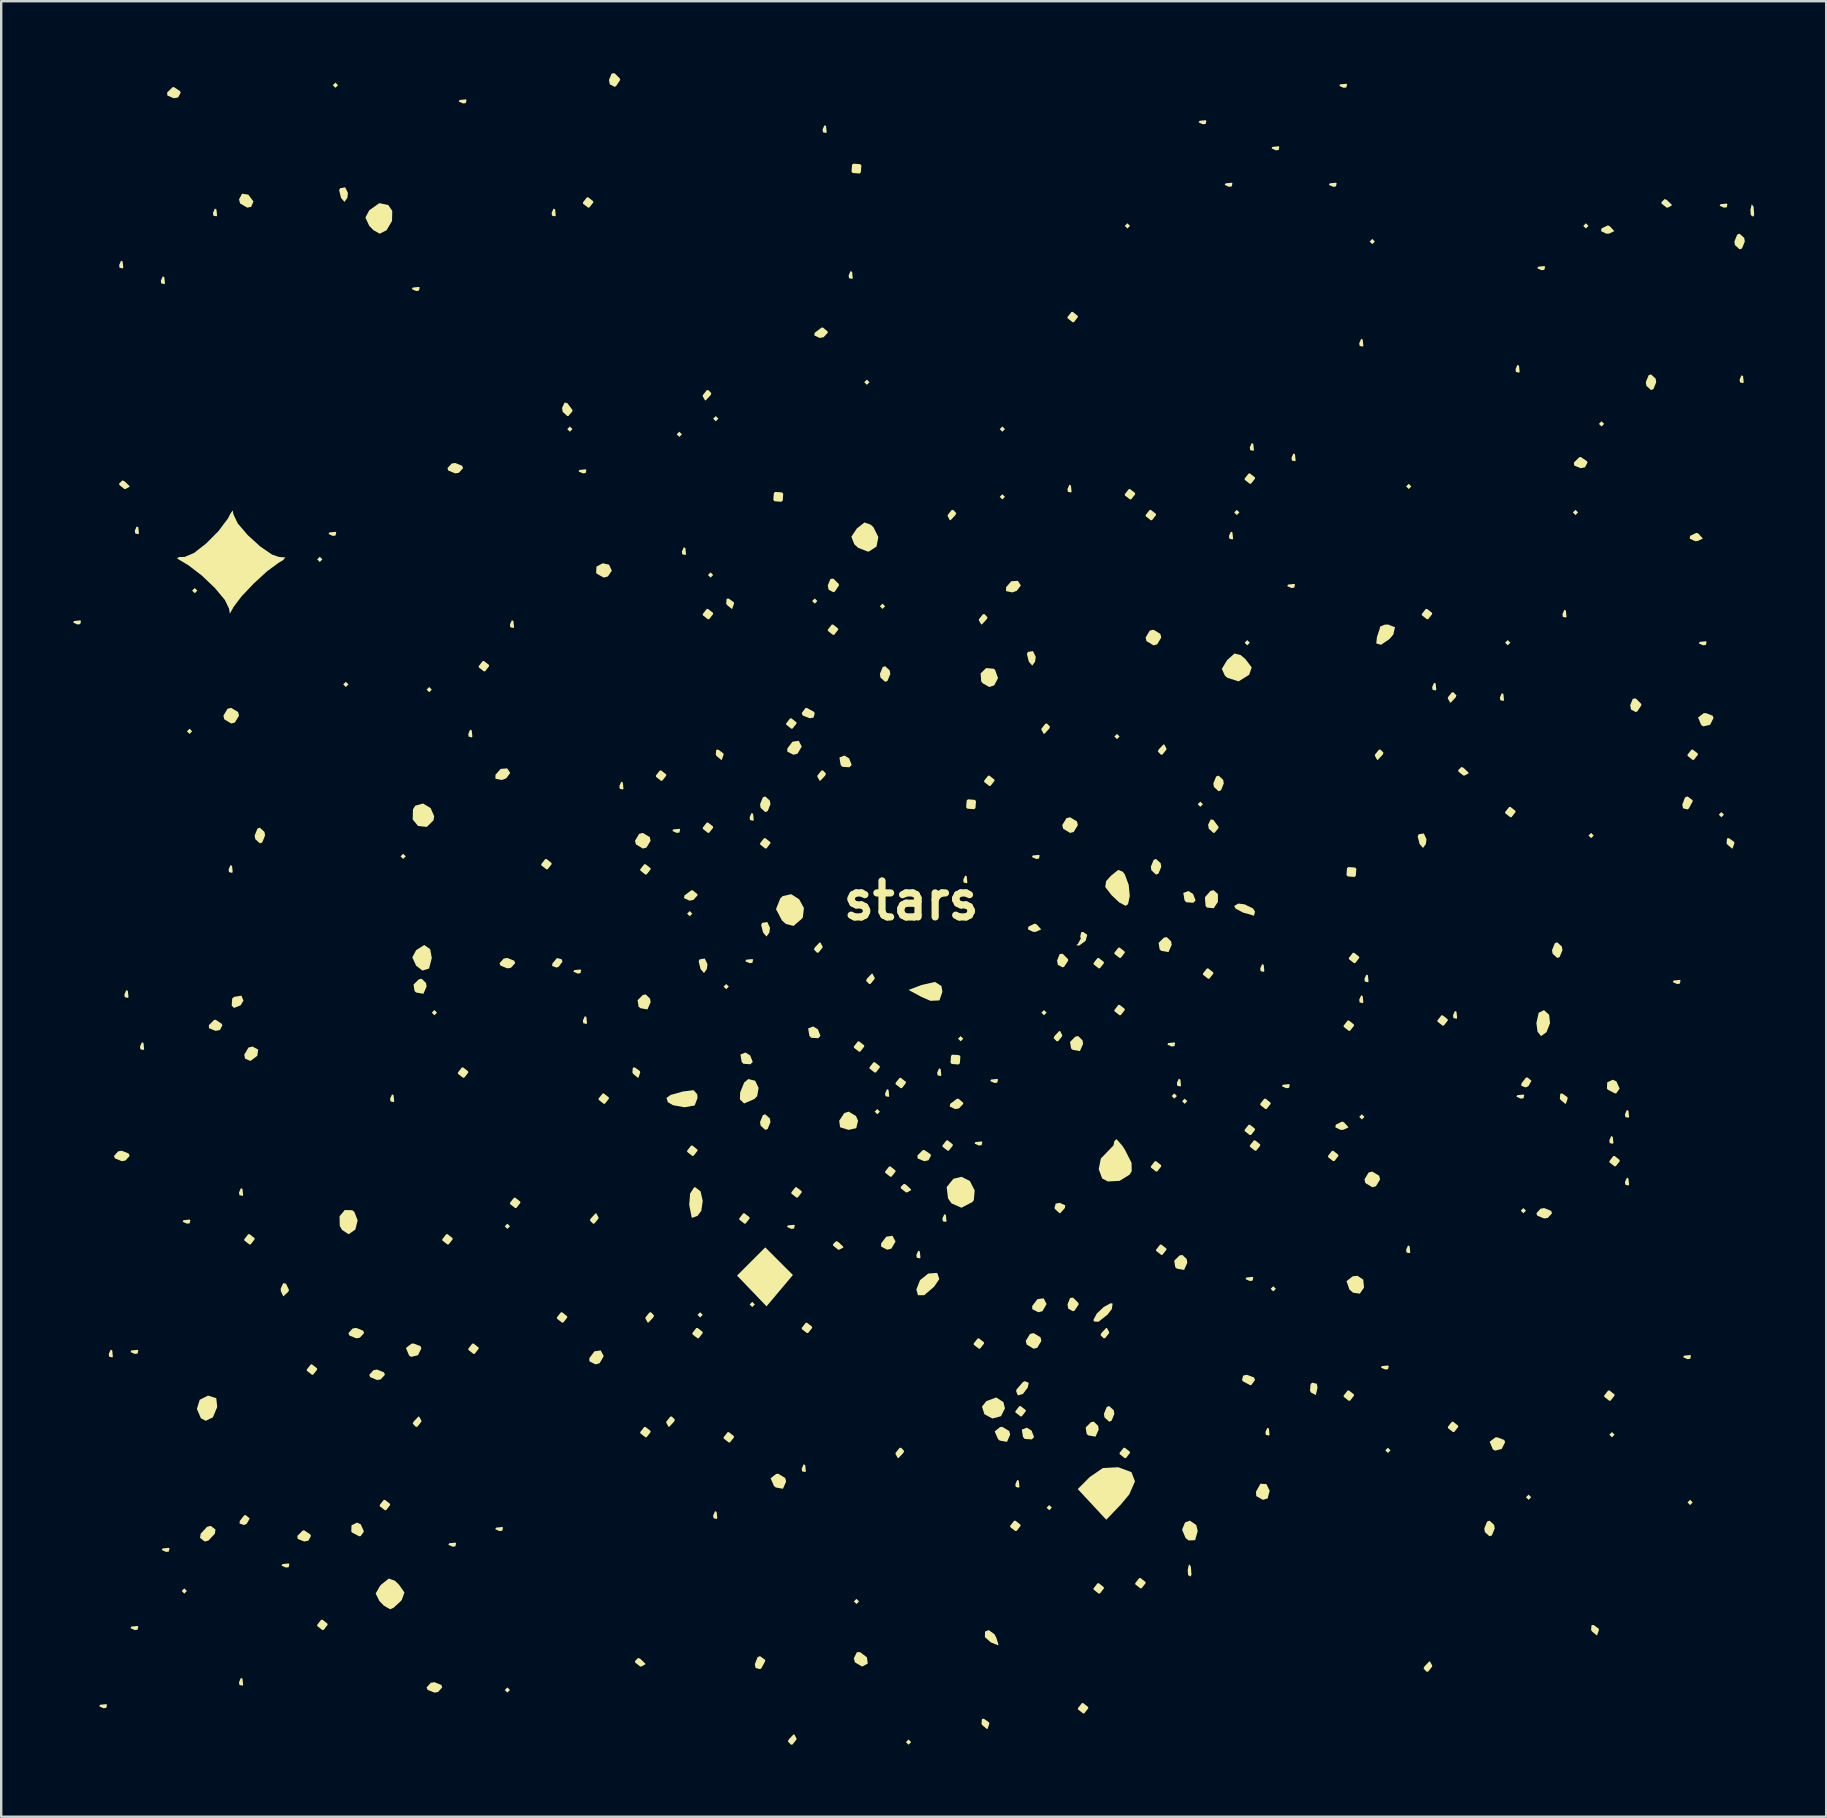
<source format=kicad_pcb>
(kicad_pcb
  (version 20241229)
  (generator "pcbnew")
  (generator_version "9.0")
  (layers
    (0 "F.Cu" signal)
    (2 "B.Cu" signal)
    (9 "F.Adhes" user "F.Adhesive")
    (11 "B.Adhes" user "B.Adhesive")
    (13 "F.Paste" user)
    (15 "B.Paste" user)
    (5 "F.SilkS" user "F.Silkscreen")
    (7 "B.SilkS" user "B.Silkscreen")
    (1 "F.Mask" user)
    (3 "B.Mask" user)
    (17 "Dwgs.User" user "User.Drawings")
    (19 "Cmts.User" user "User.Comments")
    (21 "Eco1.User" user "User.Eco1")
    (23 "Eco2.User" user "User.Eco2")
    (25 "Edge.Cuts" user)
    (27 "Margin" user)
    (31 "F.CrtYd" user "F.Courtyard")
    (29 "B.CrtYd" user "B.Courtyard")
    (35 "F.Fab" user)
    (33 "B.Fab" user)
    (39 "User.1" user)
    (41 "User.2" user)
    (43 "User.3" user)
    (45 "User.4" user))
  (footprint "stars"
    (layer "F.Cu")
    (at 34.914 34.476)
    (property "Reference" "stars" (at 0 0 0) (layer "F.SilkS") (effects (font (size 1.5 1.5) (thickness 0.3))))
    (attr board_only exclude_from_pos_files exclude_from_bom)
    (fp_poly (pts (xy -30.176 28.765) (xy -30.285 28.874) (xy -30.393 28.765) (xy -30.285 28.656)) (stroke (width 0) (type solid)) (fill yes) (layer "F.SilkS"))
    (fp_poly (pts (xy -29.959 -7.056) (xy -30.068 -6.947) (xy -30.176 -7.056) (xy -30.068 -7.164)) (stroke (width 0) (type solid)) (fill yes) (layer "F.SilkS"))
    (fp_poly (pts (xy -29.742 -12.917) (xy -29.85 -12.809) (xy -29.959 -12.917) (xy -29.85 -13.026)) (stroke (width 0) (type solid)) (fill yes) (layer "F.SilkS"))
    (fp_poly (pts (xy -24.532 -14.22) (xy -24.64 -14.111) (xy -24.749 -14.22) (xy -24.64 -14.328)) (stroke (width 0) (type solid)) (fill yes) (layer "F.SilkS"))
    (fp_poly (pts (xy -23.88 -33.975) (xy -23.989 -33.867) (xy -24.097 -33.975) (xy -23.989 -34.084)) (stroke (width 0) (type solid)) (fill yes) (layer "F.SilkS"))
    (fp_poly (pts (xy -23.446 -9.009) (xy -23.555 -8.901) (xy -23.663 -9.009) (xy -23.555 -9.118)) (stroke (width 0) (type solid)) (fill yes) (layer "F.SilkS"))
    (fp_poly (pts (xy -21.058 -1.845) (xy -21.167 -1.737) (xy -21.275 -1.845) (xy -21.167 -1.954)) (stroke (width 0) (type solid)) (fill yes) (layer "F.SilkS"))
    (fp_poly (pts (xy -19.973 -8.792) (xy -20.081 -8.684) (xy -20.19 -8.792) (xy -20.081 -8.901)) (stroke (width 0) (type solid)) (fill yes) (layer "F.SilkS"))
    (fp_poly (pts (xy -19.756 4.668) (xy -19.864 4.776) (xy -19.973 4.668) (xy -19.864 4.559)) (stroke (width 0) (type solid)) (fill yes) (layer "F.SilkS"))
    (fp_poly (pts (xy -16.716 13.568) (xy -16.825 13.677) (xy -16.933 13.568) (xy -16.825 13.46)) (stroke (width 0) (type solid)) (fill yes) (layer "F.SilkS"))
    (fp_poly (pts (xy -16.716 32.89) (xy -16.825 32.998) (xy -16.933 32.89) (xy -16.825 32.781)) (stroke (width 0) (type solid)) (fill yes) (layer "F.SilkS"))
    (fp_poly (pts (xy -14.111 -19.647) (xy -14.22 -19.538) (xy -14.328 -19.647) (xy -14.22 -19.756)) (stroke (width 0) (type solid)) (fill yes) (layer "F.SilkS"))
    (fp_poly (pts (xy -9.552 -19.43) (xy -9.661 -19.321) (xy -9.769 -19.43) (xy -9.661 -19.538)) (stroke (width 0) (type solid)) (fill yes) (layer "F.SilkS"))
    (fp_poly (pts (xy -9.118 0.543) (xy -9.226 0.651) (xy -9.335 0.543) (xy -9.226 0.434)) (stroke (width 0) (type solid)) (fill yes) (layer "F.SilkS"))
    (fp_poly (pts (xy -8.684 17.259) (xy -8.792 17.368) (xy -8.901 17.259) (xy -8.792 17.15)) (stroke (width 0) (type solid)) (fill yes) (layer "F.SilkS"))
    (fp_poly (pts (xy -8.25 -13.568) (xy -8.358 -13.46) (xy -8.467 -13.568) (xy -8.358 -13.677)) (stroke (width 0) (type solid)) (fill yes) (layer "F.SilkS"))
    (fp_poly (pts (xy -8.032 -20.081) (xy -8.141 -19.973) (xy -8.25 -20.081) (xy -8.141 -20.19)) (stroke (width 0) (type solid)) (fill yes) (layer "F.SilkS"))
    (fp_poly (pts (xy -7.598 3.582) (xy -7.707 3.691) (xy -7.815 3.582) (xy -7.707 3.474)) (stroke (width 0) (type solid)) (fill yes) (layer "F.SilkS"))
    (fp_poly (pts (xy -6.513 16.825) (xy -6.621 16.933) (xy -6.73 16.825) (xy -6.621 16.716)) (stroke (width 0) (type solid)) (fill yes) (layer "F.SilkS"))
    (fp_poly (pts (xy -3.908 -12.483) (xy -4.016 -12.374) (xy -4.125 -12.483) (xy -4.016 -12.591)) (stroke (width 0) (type solid)) (fill yes) (layer "F.SilkS"))
    (fp_poly (pts (xy -2.171 29.199) (xy -2.279 29.308) (xy -2.388 29.199) (xy -2.279 29.091)) (stroke (width 0) (type solid)) (fill yes) (layer "F.SilkS"))
    (fp_poly (pts (xy -1.737 -21.601) (xy -1.845 -21.492) (xy -1.954 -21.601) (xy -1.845 -21.709)) (stroke (width 0) (type solid)) (fill yes) (layer "F.SilkS"))
    (fp_poly (pts (xy -1.303 8.792) (xy -1.411 8.901) (xy -1.52 8.792) (xy -1.411 8.684)) (stroke (width 0) (type solid)) (fill yes) (layer "F.SilkS"))
    (fp_poly (pts (xy -1.085 -12.266) (xy -1.194 -12.157) (xy -1.303 -12.266) (xy -1.194 -12.374)) (stroke (width 0) (type solid)) (fill yes) (layer "F.SilkS"))
    (fp_poly (pts (xy 0 35.061) (xy -0.109 35.169) (xy -0.217 35.061) (xy -0.109 34.952)) (stroke (width 0) (type solid)) (fill yes) (layer "F.SilkS"))
    (fp_poly (pts (xy 2.171 5.753) (xy 2.062 5.862) (xy 1.954 5.753) (xy 2.062 5.644)) (stroke (width 0) (type solid)) (fill yes) (layer "F.SilkS"))
    (fp_poly (pts (xy 3.908 -19.647) (xy 3.799 -19.538) (xy 3.691 -19.647) (xy 3.799 -19.756)) (stroke (width 0) (type solid)) (fill yes) (layer "F.SilkS"))
    (fp_poly (pts (xy 3.908 -16.825) (xy 3.799 -16.716) (xy 3.691 -16.825) (xy 3.799 -16.933)) (stroke (width 0) (type solid)) (fill yes) (layer "F.SilkS"))
    (fp_poly (pts (xy 5.644 4.668) (xy 5.536 4.776) (xy 5.427 4.668) (xy 5.536 4.559)) (stroke (width 0) (type solid)) (fill yes) (layer "F.SilkS"))
    (fp_poly (pts (xy 5.862 25.291) (xy 5.753 25.4) (xy 5.644 25.291) (xy 5.753 25.183)) (stroke (width 0) (type solid)) (fill yes) (layer "F.SilkS"))
    (fp_poly (pts (xy 8.684 -6.838) (xy 8.575 -6.73) (xy 8.467 -6.838) (xy 8.575 -6.947)) (stroke (width 0) (type solid)) (fill yes) (layer "F.SilkS"))
    (fp_poly (pts (xy 9.118 -28.114) (xy 9.009 -28.005) (xy 8.901 -28.114) (xy 9.009 -28.222)) (stroke (width 0) (type solid)) (fill yes) (layer "F.SilkS"))
    (fp_poly (pts (xy 11.072 8.141) (xy 10.963 8.25) (xy 10.855 8.141) (xy 10.963 8.032)) (stroke (width 0) (type solid)) (fill yes) (layer "F.SilkS"))
    (fp_poly (pts (xy 11.506 8.358) (xy 11.397 8.467) (xy 11.289 8.358) (xy 11.397 8.25)) (stroke (width 0) (type solid)) (fill yes) (layer "F.SilkS"))
    (fp_poly (pts (xy 12.157 -4.016) (xy 12.049 -3.908) (xy 11.94 -4.016) (xy 12.049 -4.125)) (stroke (width 0) (type solid)) (fill yes) (layer "F.SilkS"))
    (fp_poly (pts (xy 13.677 -16.174) (xy 13.568 -16.065) (xy 13.46 -16.174) (xy 13.568 -16.282)) (stroke (width 0) (type solid)) (fill yes) (layer "F.SilkS"))
    (fp_poly (pts (xy 14.111 -10.746) (xy 14.003 -10.638) (xy 13.894 -10.746) (xy 14.003 -10.855)) (stroke (width 0) (type solid)) (fill yes) (layer "F.SilkS"))
    (fp_poly (pts (xy 15.197 16.174) (xy 15.088 16.282) (xy 14.979 16.174) (xy 15.088 16.065)) (stroke (width 0) (type solid)) (fill yes) (layer "F.SilkS"))
    (fp_poly (pts (xy 18.887 9.009) (xy 18.779 9.118) (xy 18.67 9.009) (xy 18.779 8.901)) (stroke (width 0) (type solid)) (fill yes) (layer "F.SilkS"))
    (fp_poly (pts (xy 19.321 -27.462) (xy 19.213 -27.354) (xy 19.104 -27.462) (xy 19.213 -27.571)) (stroke (width 0) (type solid)) (fill yes) (layer "F.SilkS"))
    (fp_poly (pts (xy 19.973 22.903) (xy 19.864 23.012) (xy 19.756 22.903) (xy 19.864 22.795)) (stroke (width 0) (type solid)) (fill yes) (layer "F.SilkS"))
    (fp_poly (pts (xy 20.841 -17.259) (xy 20.732 -17.15) (xy 20.624 -17.259) (xy 20.732 -17.368)) (stroke (width 0) (type solid)) (fill yes) (layer "F.SilkS"))
    (fp_poly (pts (xy 24.966 -10.746) (xy 24.857 -10.638) (xy 24.749 -10.746) (xy 24.857 -10.855)) (stroke (width 0) (type solid)) (fill yes) (layer "F.SilkS"))
    (fp_poly (pts (xy 25.617 12.917) (xy 25.509 13.026) (xy 25.4 12.917) (xy 25.509 12.809)) (stroke (width 0) (type solid)) (fill yes) (layer "F.SilkS"))
    (fp_poly (pts (xy 25.834 24.857) (xy 25.726 24.966) (xy 25.617 24.857) (xy 25.726 24.749)) (stroke (width 0) (type solid)) (fill yes) (layer "F.SilkS"))
    (fp_poly (pts (xy 27.788 -16.174) (xy 27.679 -16.065) (xy 27.571 -16.174) (xy 27.679 -16.282)) (stroke (width 0) (type solid)) (fill yes) (layer "F.SilkS"))
    (fp_poly (pts (xy 28.222 -28.114) (xy 28.114 -28.005) (xy 28.005 -28.114) (xy 28.114 -28.222)) (stroke (width 0) (type solid)) (fill yes) (layer "F.SilkS"))
    (fp_poly (pts (xy 28.439 -2.714) (xy 28.331 -2.605) (xy 28.222 -2.714) (xy 28.331 -2.822)) (stroke (width 0) (type solid)) (fill yes) (layer "F.SilkS"))
    (fp_poly (pts (xy 28.874 -19.864) (xy 28.765 -19.756) (xy 28.656 -19.864) (xy 28.765 -19.973)) (stroke (width 0) (type solid)) (fill yes) (layer "F.SilkS"))
    (fp_poly (pts (xy 29.308 22.252) (xy 29.199 22.361) (xy 29.091 22.252) (xy 29.199 22.144)) (stroke (width 0) (type solid)) (fill yes) (layer "F.SilkS"))
    (fp_poly (pts (xy 32.564 25.074) (xy 32.456 25.183) (xy 32.347 25.074) (xy 32.456 24.966)) (stroke (width 0) (type solid)) (fill yes) (layer "F.SilkS"))
    (fp_poly (pts (xy 33.867 -3.582) (xy 33.758 -3.474) (xy 33.65 -3.582) (xy 33.758 -3.691)) (stroke (width 0) (type solid)) (fill yes) (layer "F.SilkS"))
    (fp_poly (pts (xy -34.59 -11.651) (xy -34.62 -11.522) (xy -34.735 -11.506) (xy -34.914 -11.585) (xy -34.88 -11.651) (xy -34.622 -11.677)) (stroke (width 0) (type solid)) (fill yes) (layer "F.SilkS"))
    (fp_poly (pts (xy -33.505 33.505) (xy -33.535 33.634) (xy -33.65 33.65) (xy -33.828 33.57) (xy -33.794 33.505) (xy -33.537 33.479)) (stroke (width 0) (type solid)) (fill yes) (layer "F.SilkS"))
    (fp_poly (pts (xy -33.288 18.742) (xy -33.262 19) (xy -33.288 19.032) (xy -33.417 19.002) (xy -33.432 18.887) (xy -33.353 18.708)) (stroke (width 0) (type solid)) (fill yes) (layer "F.SilkS"))
    (fp_poly (pts (xy -32.854 -26.63) (xy -32.828 -26.373) (xy -32.854 -26.341) (xy -32.983 -26.371) (xy -32.998 -26.485) (xy -32.919 -26.664)) (stroke (width 0) (type solid)) (fill yes) (layer "F.SilkS"))
    (fp_poly (pts (xy -32.636 3.763) (xy -32.61 4.021) (xy -32.636 4.052) (xy -32.766 4.023) (xy -32.781 3.908) (xy -32.702 3.729)) (stroke (width 0) (type solid)) (fill yes) (layer "F.SilkS"))
    (fp_poly (pts (xy -32.202 -15.558) (xy -32.176 -15.301) (xy -32.202 -15.269) (xy -32.331 -15.299) (xy -32.347 -15.414) (xy -32.268 -15.592)) (stroke (width 0) (type solid)) (fill yes) (layer "F.SilkS"))
    (fp_poly (pts (xy -32.202 18.742) (xy -32.232 18.872) (xy -32.347 18.887) (xy -32.526 18.808) (xy -32.492 18.742) (xy -32.234 18.716)) (stroke (width 0) (type solid)) (fill yes) (layer "F.SilkS"))
    (fp_poly (pts (xy -32.202 30.248) (xy -32.232 30.377) (xy -32.347 30.393) (xy -32.526 30.314) (xy -32.492 30.248) (xy -32.234 30.222)) (stroke (width 0) (type solid)) (fill yes) (layer "F.SilkS"))
    (fp_poly (pts (xy -31.985 5.934) (xy -31.959 6.192) (xy -31.985 6.223) (xy -32.114 6.194) (xy -32.13 6.079) (xy -32.05 5.9)) (stroke (width 0) (type solid)) (fill yes) (layer "F.SilkS"))
    (fp_poly (pts (xy -31.117 -25.979) (xy -31.091 -25.721) (xy -31.117 -25.689) (xy -31.246 -25.719) (xy -31.262 -25.834) (xy -31.182 -26.013)) (stroke (width 0) (type solid)) (fill yes) (layer "F.SilkS"))
    (fp_poly (pts (xy -30.9 26.992) (xy -30.93 27.121) (xy -31.044 27.137) (xy -31.223 27.057) (xy -31.189 26.992) (xy -30.932 26.966)) (stroke (width 0) (type solid)) (fill yes) (layer "F.SilkS"))
    (fp_poly (pts (xy -30.031 13.315) (xy -30.061 13.444) (xy -30.176 13.46) (xy -30.355 13.38) (xy -30.321 13.315) (xy -30.063 13.289)) (stroke (width 0) (type solid)) (fill yes) (layer "F.SilkS"))
    (fp_poly (pts (xy -28.946 -28.801) (xy -28.92 -28.544) (xy -28.946 -28.512) (xy -29.075 -28.541) (xy -29.091 -28.656) (xy -29.011 -28.835)) (stroke (width 0) (type solid)) (fill yes) (layer "F.SilkS"))
    (fp_poly (pts (xy -28.295 -1.447) (xy -28.269 -1.19) (xy -28.295 -1.158) (xy -28.424 -1.188) (xy -28.439 -1.303) (xy -28.36 -1.481)) (stroke (width 0) (type solid)) (fill yes) (layer "F.SilkS"))
    (fp_poly (pts (xy -27.86 12.013) (xy -27.834 12.27) (xy -27.86 12.302) (xy -27.989 12.272) (xy -28.005 12.157) (xy -27.926 11.979)) (stroke (width 0) (type solid)) (fill yes) (layer "F.SilkS"))
    (fp_poly (pts (xy -27.86 32.419) (xy -27.834 32.677) (xy -27.86 32.709) (xy -27.989 32.679) (xy -28.005 32.564) (xy -27.926 32.385)) (stroke (width 0) (type solid)) (fill yes) (layer "F.SilkS"))
    (fp_poly (pts (xy -25.907 27.643) (xy -25.936 27.772) (xy -26.051 27.788) (xy -26.23 27.709) (xy -26.196 27.643) (xy -25.938 27.617)) (stroke (width 0) (type solid)) (fill yes) (layer "F.SilkS"))
    (fp_poly (pts (xy -23.953 -15.341) (xy -23.983 -15.212) (xy -24.097 -15.197) (xy -24.276 -15.276) (xy -24.242 -15.341) (xy -23.985 -15.367)) (stroke (width 0) (type solid)) (fill yes) (layer "F.SilkS"))
    (fp_poly (pts (xy -21.565 8.105) (xy -21.539 8.362) (xy -21.565 8.394) (xy -21.694 8.365) (xy -21.709 8.25) (xy -21.63 8.071)) (stroke (width 0) (type solid)) (fill yes) (layer "F.SilkS"))
    (fp_poly (pts (xy -20.479 -25.545) (xy -20.509 -25.416) (xy -20.624 -25.4) (xy -20.803 -25.479) (xy -20.769 -25.545) (xy -20.511 -25.571)) (stroke (width 0) (type solid)) (fill yes) (layer "F.SilkS"))
    (fp_poly (pts (xy -18.96 26.775) (xy -18.989 26.904) (xy -19.104 26.92) (xy -19.283 26.84) (xy -19.249 26.775) (xy -18.991 26.749)) (stroke (width 0) (type solid)) (fill yes) (layer "F.SilkS"))
    (fp_poly (pts (xy -18.525 -33.36) (xy -18.555 -33.231) (xy -18.67 -33.215) (xy -18.849 -33.295) (xy -18.815 -33.36) (xy -18.557 -33.386)) (stroke (width 0) (type solid)) (fill yes) (layer "F.SilkS"))
    (fp_poly (pts (xy -18.308 -7.092) (xy -18.282 -6.834) (xy -18.308 -6.802) (xy -18.437 -6.832) (xy -18.453 -6.947) (xy -18.374 -7.126)) (stroke (width 0) (type solid)) (fill yes) (layer "F.SilkS"))
    (fp_poly (pts (xy -17.006 26.124) (xy -17.035 26.253) (xy -17.15 26.268) (xy -17.329 26.189) (xy -17.295 26.124) (xy -17.038 26.098)) (stroke (width 0) (type solid)) (fill yes) (layer "F.SilkS"))
    (fp_poly (pts (xy -16.572 -11.651) (xy -16.546 -11.393) (xy -16.572 -11.361) (xy -16.701 -11.391) (xy -16.716 -11.506) (xy -16.637 -11.685)) (stroke (width 0) (type solid)) (fill yes) (layer "F.SilkS"))
    (fp_poly (pts (xy -14.835 -28.801) (xy -14.809 -28.544) (xy -14.835 -28.512) (xy -14.964 -28.541) (xy -14.979 -28.656) (xy -14.9 -28.835)) (stroke (width 0) (type solid)) (fill yes) (layer "F.SilkS"))
    (fp_poly (pts (xy -13.749 2.895) (xy -13.779 3.024) (xy -13.894 3.039) (xy -14.073 2.96) (xy -14.039 2.895) (xy -13.781 2.869)) (stroke (width 0) (type solid)) (fill yes) (layer "F.SilkS"))
    (fp_poly (pts (xy -13.532 -17.946) (xy -13.562 -17.817) (xy -13.677 -17.802) (xy -13.856 -17.881) (xy -13.822 -17.946) (xy -13.564 -17.972)) (stroke (width 0) (type solid)) (fill yes) (layer "F.SilkS"))
    (fp_poly (pts (xy -13.532 4.848) (xy -13.506 5.106) (xy -13.532 5.138) (xy -13.661 5.108) (xy -13.677 4.993) (xy -13.597 4.814)) (stroke (width 0) (type solid)) (fill yes) (layer "F.SilkS"))
    (fp_poly (pts (xy -12.013 -4.921) (xy -11.987 -4.663) (xy -12.013 -4.631) (xy -12.142 -4.661) (xy -12.157 -4.776) (xy -12.078 -4.955)) (stroke (width 0) (type solid)) (fill yes) (layer "F.SilkS"))
    (fp_poly (pts (xy -9.625 -2.967) (xy -9.654 -2.838) (xy -9.769 -2.822) (xy -9.948 -2.902) (xy -9.914 -2.967) (xy -9.656 -2.993)) (stroke (width 0) (type solid)) (fill yes) (layer "F.SilkS"))
    (fp_poly (pts (xy -9.407 -14.69) (xy -9.381 -14.432) (xy -9.407 -14.401) (xy -9.536 -14.43) (xy -9.552 -14.545) (xy -9.473 -14.724)) (stroke (width 0) (type solid)) (fill yes) (layer "F.SilkS"))
    (fp_poly (pts (xy -8.105 25.472) (xy -8.079 25.73) (xy -8.105 25.762) (xy -8.234 25.732) (xy -8.25 25.617) (xy -8.17 25.438)) (stroke (width 0) (type solid)) (fill yes) (layer "F.SilkS"))
    (fp_poly (pts (xy -6.585 -3.618) (xy -6.559 -3.361) (xy -6.585 -3.329) (xy -6.714 -3.359) (xy -6.73 -3.474) (xy -6.65 -3.652)) (stroke (width 0) (type solid)) (fill yes) (layer "F.SilkS"))
    (fp_poly (pts (xy -6.585 2.46) (xy -6.615 2.589) (xy -6.73 2.605) (xy -6.909 2.526) (xy -6.875 2.46) (xy -6.617 2.434)) (stroke (width 0) (type solid)) (fill yes) (layer "F.SilkS"))
    (fp_poly (pts (xy -4.848 13.532) (xy -4.878 13.661) (xy -4.993 13.677) (xy -5.172 13.597) (xy -5.138 13.532) (xy -4.88 13.506)) (stroke (width 0) (type solid)) (fill yes) (layer "F.SilkS"))
    (fp_poly (pts (xy -4.414 23.519) (xy -4.388 23.776) (xy -4.414 23.808) (xy -4.543 23.778) (xy -4.559 23.663) (xy -4.48 23.485)) (stroke (width 0) (type solid)) (fill yes) (layer "F.SilkS"))
    (fp_poly (pts (xy -3.546 -32.275) (xy -3.52 -32.017) (xy -3.546 -31.985) (xy -3.675 -32.015) (xy -3.691 -32.13) (xy -3.611 -32.309)) (stroke (width 0) (type solid)) (fill yes) (layer "F.SilkS"))
    (fp_poly (pts (xy -2.46 -26.196) (xy -2.434 -25.938) (xy -2.46 -25.907) (xy -2.589 -25.936) (xy -2.605 -26.051) (xy -2.526 -26.23)) (stroke (width 0) (type solid)) (fill yes) (layer "F.SilkS"))
    (fp_poly (pts (xy -0.941 7.888) (xy -0.915 8.145) (xy -0.941 8.177) (xy -1.07 8.147) (xy -1.085 8.032) (xy -1.006 7.854)) (stroke (width 0) (type solid)) (fill yes) (layer "F.SilkS"))
    (fp_poly (pts (xy 0.362 14.618) (xy 0.388 14.875) (xy 0.362 14.907) (xy 0.233 14.877) (xy 0.217 14.762) (xy 0.297 14.584)) (stroke (width 0) (type solid)) (fill yes) (layer "F.SilkS"))
    (fp_poly (pts (xy 1.23 7.019) (xy 1.256 7.277) (xy 1.23 7.309) (xy 1.101 7.279) (xy 1.085 7.164) (xy 1.165 6.985)) (stroke (width 0) (type solid)) (fill yes) (layer "F.SilkS"))
    (fp_poly (pts (xy 1.447 13.098) (xy 1.473 13.356) (xy 1.447 13.387) (xy 1.318 13.358) (xy 1.303 13.243) (xy 1.382 13.064)) (stroke (width 0) (type solid)) (fill yes) (layer "F.SilkS"))
    (fp_poly (pts (xy 2.316 -1.013) (xy 2.342 -0.755) (xy 2.316 -0.724) (xy 2.187 -0.753) (xy 2.171 -0.868) (xy 2.25 -1.047)) (stroke (width 0) (type solid)) (fill yes) (layer "F.SilkS"))
    (fp_poly (pts (xy 2.967 10.059) (xy 2.937 10.188) (xy 2.822 10.203) (xy 2.644 10.124) (xy 2.677 10.059) (xy 2.935 10.033)) (stroke (width 0) (type solid)) (fill yes) (layer "F.SilkS"))
    (fp_poly (pts (xy 3.618 7.454) (xy 3.588 7.583) (xy 3.474 7.598) (xy 3.295 7.519) (xy 3.329 7.454) (xy 3.586 7.428)) (stroke (width 0) (type solid)) (fill yes) (layer "F.SilkS"))
    (fp_poly (pts (xy 4.487 24.17) (xy 4.513 24.427) (xy 4.487 24.459) (xy 4.358 24.429) (xy 4.342 24.315) (xy 4.421 24.136)) (stroke (width 0) (type solid)) (fill yes) (layer "F.SilkS"))
    (fp_poly (pts (xy 5.355 -1.881) (xy 5.325 -1.752) (xy 5.21 -1.737) (xy 5.032 -1.816) (xy 5.066 -1.881) (xy 5.323 -1.907)) (stroke (width 0) (type solid)) (fill yes) (layer "F.SilkS"))
    (fp_poly (pts (xy 6.658 -17.295) (xy 6.684 -17.038) (xy 6.658 -17.006) (xy 6.528 -17.035) (xy 6.513 -17.15) (xy 6.592 -17.329)) (stroke (width 0) (type solid)) (fill yes) (layer "F.SilkS"))
    (fp_poly (pts (xy 10.999 5.934) (xy 10.97 6.063) (xy 10.855 6.079) (xy 10.676 5.999) (xy 10.71 5.934) (xy 10.968 5.908)) (stroke (width 0) (type solid)) (fill yes) (layer "F.SilkS"))
    (fp_poly (pts (xy 11.217 7.454) (xy 11.243 7.711) (xy 11.217 7.743) (xy 11.087 7.713) (xy 11.072 7.598) (xy 11.151 7.42)) (stroke (width 0) (type solid)) (fill yes) (layer "F.SilkS"))
    (fp_poly (pts (xy 11.654 27.747) (xy 11.68 28.087) (xy 11.637 28.163) (xy 11.538 28.099) (xy 11.523 27.878) (xy 11.576 27.647)) (stroke (width 0) (type solid)) (fill yes) (layer "F.SilkS"))
    (fp_poly (pts (xy 12.302 -32.492) (xy 12.272 -32.363) (xy 12.157 -32.347) (xy 11.979 -32.426) (xy 12.013 -32.492) (xy 12.27 -32.518)) (stroke (width 0) (type solid)) (fill yes) (layer "F.SilkS"))
    (fp_poly (pts (xy 13.387 -29.887) (xy 13.358 -29.758) (xy 13.243 -29.742) (xy 13.064 -29.821) (xy 13.098 -29.887) (xy 13.356 -29.913)) (stroke (width 0) (type solid)) (fill yes) (layer "F.SilkS"))
    (fp_poly (pts (xy 13.387 -15.341) (xy 13.413 -15.084) (xy 13.387 -15.052) (xy 13.258 -15.082) (xy 13.243 -15.197) (xy 13.322 -15.375)) (stroke (width 0) (type solid)) (fill yes) (layer "F.SilkS"))
    (fp_poly (pts (xy 14.256 -19.032) (xy 14.282 -18.774) (xy 14.256 -18.742) (xy 14.127 -18.772) (xy 14.111 -18.887) (xy 14.191 -19.066)) (stroke (width 0) (type solid)) (fill yes) (layer "F.SilkS"))
    (fp_poly (pts (xy 14.256 15.703) (xy 14.226 15.832) (xy 14.111 15.848) (xy 13.932 15.768) (xy 13.966 15.703) (xy 14.224 15.677)) (stroke (width 0) (type solid)) (fill yes) (layer "F.SilkS"))
    (fp_poly (pts (xy 14.69 2.677) (xy 14.716 2.935) (xy 14.69 2.967) (xy 14.561 2.937) (xy 14.545 2.822) (xy 14.625 2.644)) (stroke (width 0) (type solid)) (fill yes) (layer "F.SilkS"))
    (fp_poly (pts (xy 14.907 21.999) (xy 14.933 22.256) (xy 14.907 22.288) (xy 14.778 22.259) (xy 14.762 22.144) (xy 14.842 21.965)) (stroke (width 0) (type solid)) (fill yes) (layer "F.SilkS"))
    (fp_poly (pts (xy 15.341 -31.406) (xy 15.312 -31.277) (xy 15.197 -31.262) (xy 15.018 -31.341) (xy 15.052 -31.406) (xy 15.309 -31.432)) (stroke (width 0) (type solid)) (fill yes) (layer "F.SilkS"))
    (fp_poly (pts (xy 15.775 7.671) (xy 15.746 7.8) (xy 15.631 7.815) (xy 15.452 7.736) (xy 15.486 7.671) (xy 15.744 7.645)) (stroke (width 0) (type solid)) (fill yes) (layer "F.SilkS"))
    (fp_poly (pts (xy 15.993 -18.598) (xy 16.019 -18.34) (xy 15.993 -18.308) (xy 15.864 -18.338) (xy 15.848 -18.453) (xy 15.927 -18.632)) (stroke (width 0) (type solid)) (fill yes) (layer "F.SilkS"))
    (fp_poly (pts (xy 15.993 -13.17) (xy 15.963 -13.041) (xy 15.848 -13.026) (xy 15.669 -13.105) (xy 15.703 -13.17) (xy 15.961 -13.196)) (stroke (width 0) (type solid)) (fill yes) (layer "F.SilkS"))
    (fp_poly (pts (xy 17.729 -29.887) (xy 17.7 -29.758) (xy 17.585 -29.742) (xy 17.406 -29.821) (xy 17.44 -29.887) (xy 17.698 -29.913)) (stroke (width 0) (type solid)) (fill yes) (layer "F.SilkS"))
    (fp_poly (pts (xy 18.164 -34.011) (xy 18.134 -33.882) (xy 18.019 -33.867) (xy 17.84 -33.946) (xy 17.874 -34.011) (xy 18.132 -34.037)) (stroke (width 0) (type solid)) (fill yes) (layer "F.SilkS"))
    (fp_poly (pts (xy 18.815 -23.374) (xy 18.841 -23.116) (xy 18.815 -23.084) (xy 18.686 -23.114) (xy 18.67 -23.229) (xy 18.75 -23.408)) (stroke (width 0) (type solid)) (fill yes) (layer "F.SilkS"))
    (fp_poly (pts (xy 18.815 3.98) (xy 18.841 4.238) (xy 18.815 4.27) (xy 18.686 4.24) (xy 18.67 4.125) (xy 18.75 3.946)) (stroke (width 0) (type solid)) (fill yes) (layer "F.SilkS"))
    (fp_poly (pts (xy 19.032 3.112) (xy 19.058 3.369) (xy 19.032 3.401) (xy 18.903 3.371) (xy 18.887 3.256) (xy 18.967 3.078)) (stroke (width 0) (type solid)) (fill yes) (layer "F.SilkS"))
    (fp_poly (pts (xy 19.9 19.394) (xy 19.87 19.523) (xy 19.756 19.538) (xy 19.577 19.459) (xy 19.611 19.394) (xy 19.868 19.368)) (stroke (width 0) (type solid)) (fill yes) (layer "F.SilkS"))
    (fp_poly (pts (xy 20.769 14.401) (xy 20.795 14.658) (xy 20.769 14.69) (xy 20.64 14.66) (xy 20.624 14.545) (xy 20.703 14.367)) (stroke (width 0) (type solid)) (fill yes) (layer "F.SilkS"))
    (fp_poly (pts (xy 21.854 -9.046) (xy 21.88 -8.788) (xy 21.854 -8.756) (xy 21.725 -8.786) (xy 21.709 -8.901) (xy 21.789 -9.08)) (stroke (width 0) (type solid)) (fill yes) (layer "F.SilkS"))
    (fp_poly (pts (xy 22.723 4.631) (xy 22.748 4.889) (xy 22.723 4.921) (xy 22.593 4.891) (xy 22.578 4.776) (xy 22.657 4.597)) (stroke (width 0) (type solid)) (fill yes) (layer "F.SilkS"))
    (fp_poly (pts (xy 24.676 -8.611) (xy 24.702 -8.354) (xy 24.676 -8.322) (xy 24.547 -8.352) (xy 24.532 -8.467) (xy 24.611 -8.645)) (stroke (width 0) (type solid)) (fill yes) (layer "F.SilkS"))
    (fp_poly (pts (xy 25.328 -22.288) (xy 25.354 -22.031) (xy 25.328 -21.999) (xy 25.199 -22.029) (xy 25.183 -22.144) (xy 25.262 -22.322)) (stroke (width 0) (type solid)) (fill yes) (layer "F.SilkS"))
    (fp_poly (pts (xy 25.545 8.105) (xy 25.515 8.234) (xy 25.4 8.25) (xy 25.221 8.17) (xy 25.255 8.105) (xy 25.513 8.079)) (stroke (width 0) (type solid)) (fill yes) (layer "F.SilkS"))
    (fp_poly (pts (xy 26.413 -26.413) (xy 26.383 -26.284) (xy 26.268 -26.268) (xy 26.09 -26.348) (xy 26.124 -26.413) (xy 26.381 -26.439)) (stroke (width 0) (type solid)) (fill yes) (layer "F.SilkS"))
    (fp_poly (pts (xy 27.281 -12.085) (xy 27.307 -11.827) (xy 27.281 -11.795) (xy 27.152 -11.825) (xy 27.137 -11.94) (xy 27.216 -12.119)) (stroke (width 0) (type solid)) (fill yes) (layer "F.SilkS"))
    (fp_poly (pts (xy 29.235 9.842) (xy 29.261 10.099) (xy 29.235 10.131) (xy 29.106 10.101) (xy 29.091 9.986) (xy 29.17 9.808)) (stroke (width 0) (type solid)) (fill yes) (layer "F.SilkS"))
    (fp_poly (pts (xy 29.887 8.756) (xy 29.913 9.014) (xy 29.887 9.046) (xy 29.758 9.016) (xy 29.742 8.901) (xy 29.821 8.722)) (stroke (width 0) (type solid)) (fill yes) (layer "F.SilkS"))
    (fp_poly (pts (xy 29.887 11.578) (xy 29.913 11.836) (xy 29.887 11.868) (xy 29.758 11.838) (xy 29.742 11.723) (xy 29.821 11.544)) (stroke (width 0) (type solid)) (fill yes) (layer "F.SilkS"))
    (fp_poly (pts (xy 32.058 3.329) (xy 32.028 3.458) (xy 31.913 3.474) (xy 31.734 3.394) (xy 31.768 3.329) (xy 32.026 3.303)) (stroke (width 0) (type solid)) (fill yes) (layer "F.SilkS"))
    (fp_poly (pts (xy 32.492 18.96) (xy 32.462 19.089) (xy 32.347 19.104) (xy 32.168 19.025) (xy 32.202 18.96) (xy 32.46 18.934)) (stroke (width 0) (type solid)) (fill yes) (layer "F.SilkS"))
    (fp_poly (pts (xy 33.143 -10.782) (xy 33.113 -10.653) (xy 32.998 -10.638) (xy 32.82 -10.717) (xy 32.854 -10.782) (xy 33.111 -10.808)) (stroke (width 0) (type solid)) (fill yes) (layer "F.SilkS"))
    (fp_poly (pts (xy 34.011 -29.018) (xy 33.982 -28.889) (xy 33.867 -28.874) (xy 33.688 -28.953) (xy 33.722 -29.018) (xy 33.98 -29.044)) (stroke (width 0) (type solid)) (fill yes) (layer "F.SilkS"))
    (fp_poly (pts (xy 34.663 -21.854) (xy 34.689 -21.596) (xy 34.663 -21.565) (xy 34.534 -21.594) (xy 34.518 -21.709) (xy 34.597 -21.888)) (stroke (width 0) (type solid)) (fill yes) (layer "F.SilkS"))
    (fp_poly (pts (xy 35.1 -28.914) (xy 35.126 -28.575) (xy 35.083 -28.498) (xy 34.985 -28.563) (xy 34.969 -28.783) (xy 35.022 -29.015)) (stroke (width 0) (type solid)) (fill yes) (layer "F.SilkS"))
    (fp_poly (pts (xy -27.82 4.169) (xy -27.941 4.364) (xy -28.213 4.471) (xy -28.31 4.376) (xy -28.291 4.082) (xy -28.211 4.01) (xy -27.903 3.959)) (stroke (width 0) (type solid)) (fill yes) (layer "F.SilkS"))
    (fp_poly (pts (xy -27.618 -29.417) (xy -27.404 -29.131) (xy -27.498 -28.91) (xy -27.661 -28.874) (xy -27.96 -29.048) (xy -28.005 -29.217) (xy -27.879 -29.455)) (stroke (width 0) (type solid)) (fill yes) (layer "F.SilkS"))
    (fp_poly (pts (xy -27.559 25.742) (xy -27.682 25.96) (xy -27.799 26.019) (xy -27.984 25.95) (xy -27.973 25.845) (xy -27.79 25.612) (xy -27.728 25.601)) (stroke (width 0) (type solid)) (fill yes) (layer "F.SilkS"))
    (fp_poly (pts (xy -27.207 6.205) (xy -27.244 6.466) (xy -27.53 6.68) (xy -27.752 6.586) (xy -27.788 6.422) (xy -27.613 6.123) (xy -27.444 6.079)) (stroke (width 0) (type solid)) (fill yes) (layer "F.SilkS"))
    (fp_poly (pts (xy -26.048 15.959) (xy -25.923 16.219) (xy -25.952 16.297) (xy -26.162 16.49) (xy -26.264 16.27) (xy -26.268 16.161) (xy -26.162 15.937)) (stroke (width 0) (type solid)) (fill yes) (layer "F.SilkS"))
    (fp_poly (pts (xy -23.466 -29.48) (xy -23.492 -29.278) (xy -23.612 -29.114) (xy -23.754 -29.279) (xy -23.833 -29.598) (xy -23.794 -29.684) (xy -23.579 -29.72)) (stroke (width 0) (type solid)) (fill yes) (layer "F.SilkS"))
    (fp_poly (pts (xy -16.705 -5.319) (xy -16.873 -5.095) (xy -17.055 -5.027) (xy -17.322 -5.08) (xy -17.32 -5.244) (xy -17.104 -5.49) (xy -16.829 -5.511)) (stroke (width 0) (type solid)) (fill yes) (layer "F.SilkS"))
    (fp_poly (pts (xy -14.561 2.444) (xy -14.529 2.545) (xy -14.682 2.749) (xy -14.773 2.79) (xy -14.958 2.721) (xy -14.947 2.616) (xy -14.757 2.391)) (stroke (width 0) (type solid)) (fill yes) (layer "F.SilkS"))
    (fp_poly (pts (xy -12.809 18.978) (xy -12.983 19.277) (xy -13.152 19.321) (xy -13.405 19.195) (xy -13.41 19.064) (xy -13.194 18.777) (xy -12.934 18.74)) (stroke (width 0) (type solid)) (fill yes) (layer "F.SilkS"))
    (fp_poly (pts (xy -8.486 2.65) (xy -8.513 2.852) (xy -8.632 3.016) (xy -8.774 2.851) (xy -8.854 2.532) (xy -8.814 2.446) (xy -8.599 2.41)) (stroke (width 0) (type solid)) (fill yes) (layer "F.SilkS"))
    (fp_poly (pts (xy -6.707 6.449) (xy -6.601 6.721) (xy -6.696 6.817) (xy -6.99 6.798) (xy -7.062 6.719) (xy -7.113 6.411) (xy -6.903 6.328)) (stroke (width 0) (type solid)) (fill yes) (layer "F.SilkS"))
    (fp_poly (pts (xy -5.881 1.131) (xy -5.908 1.333) (xy -6.027 1.496) (xy -6.169 1.332) (xy -6.249 1.012) (xy -6.209 0.926) (xy -5.994 0.891)) (stroke (width 0) (type solid)) (fill yes) (layer "F.SilkS"))
    (fp_poly (pts (xy -4.559 -6.422) (xy -4.734 -6.123) (xy -4.903 -6.079) (xy -5.156 -6.205) (xy -5.161 -6.336) (xy -4.944 -6.623) (xy -4.684 -6.66)) (stroke (width 0) (type solid)) (fill yes) (layer "F.SilkS"))
    (fp_poly (pts (xy -3.885 5.363) (xy -3.778 5.635) (xy -3.874 5.732) (xy -4.168 5.713) (xy -4.24 5.634) (xy -4.291 5.325) (xy -4.081 5.242)) (stroke (width 0) (type solid)) (fill yes) (layer "F.SilkS"))
    (fp_poly (pts (xy -2.583 -5.926) (xy -2.476 -5.654) (xy -2.571 -5.557) (xy -2.865 -5.576) (xy -2.938 -5.655) (xy -2.988 -5.964) (xy -2.778 -6.047)) (stroke (width 0) (type solid)) (fill yes) (layer "F.SilkS"))
    (fp_poly (pts (xy -1.844 31.527) (xy -1.807 31.788) (xy -2.044 31.913) (xy -2.343 31.738) (xy -2.388 31.569) (xy -2.262 31.316) (xy -2.13 31.311)) (stroke (width 0) (type solid)) (fill yes) (layer "F.SilkS"))
    (fp_poly (pts (xy -0.651 14.202) (xy -0.826 14.501) (xy -0.995 14.545) (xy -1.248 14.419) (xy -1.253 14.287) (xy -1.037 14.001) (xy -0.777 13.964)) (stroke (width 0) (type solid)) (fill yes) (layer "F.SilkS"))
    (fp_poly (pts (xy 4.57 -13.134) (xy 4.402 -12.911) (xy 4.22 -12.842) (xy 3.954 -12.896) (xy 3.955 -13.059) (xy 4.171 -13.306) (xy 4.446 -13.326)) (stroke (width 0) (type solid)) (fill yes) (layer "F.SilkS"))
    (fp_poly (pts (xy 5.016 22.079) (xy 5.123 22.351) (xy 5.027 22.448) (xy 4.733 22.429) (xy 4.661 22.35) (xy 4.61 22.042) (xy 4.82 21.959)) (stroke (width 0) (type solid)) (fill yes) (layer "F.SilkS"))
    (fp_poly (pts (xy 5.191 -10.158) (xy 5.164 -9.956) (xy 5.045 -9.793) (xy 4.903 -9.957) (xy 4.823 -10.277) (xy 4.863 -10.363) (xy 5.077 -10.398)) (stroke (width 0) (type solid)) (fill yes) (layer "F.SilkS"))
    (fp_poly (pts (xy 5.225 0.986) (xy 5.418 1.196) (xy 5.199 1.298) (xy 5.089 1.303) (xy 4.865 1.196) (xy 4.887 1.082) (xy 5.147 0.957)) (stroke (width 0) (type solid)) (fill yes) (layer "F.SilkS"))
    (fp_poly (pts (xy 5.644 16.807) (xy 5.47 17.106) (xy 5.301 17.15) (xy 5.048 17.024) (xy 5.043 16.893) (xy 5.259 16.606) (xy 5.519 16.569)) (stroke (width 0) (type solid)) (fill yes) (layer "F.SilkS"))
    (fp_poly (pts (xy 11.746 -0.281) (xy 11.852 -0.009) (xy 11.757 0.088) (xy 11.463 0.068) (xy 11.391 -0.011) (xy 11.34 -0.319) (xy 11.55 -0.402)) (stroke (width 0) (type solid)) (fill yes) (layer "F.SilkS"))
    (fp_poly (pts (xy 14.802 24.311) (xy 14.938 24.586) (xy 14.853 24.909) (xy 14.654 24.966) (xy 14.379 24.81) (xy 14.367 24.629) (xy 14.554 24.295)) (stroke (width 0) (type solid)) (fill yes) (layer "F.SilkS"))
    (fp_poly (pts (xy 16.901 20.131) (xy 16.933 20.285) (xy 16.862 20.599) (xy 16.674 20.505) (xy 16.617 20.422) (xy 16.644 20.143) (xy 16.713 20.083)) (stroke (width 0) (type solid)) (fill yes) (layer "F.SilkS"))
    (fp_poly (pts (xy 18.034 9.236) (xy 18.226 9.445) (xy 18.007 9.548) (xy 17.897 9.552) (xy 17.674 9.445) (xy 17.695 9.332) (xy 17.956 9.206)) (stroke (width 0) (type solid)) (fill yes) (layer "F.SilkS"))
    (fp_poly (pts (xy 21.473 -2.56) (xy 21.446 -2.358) (xy 21.327 -2.195) (xy 21.185 -2.359) (xy 21.105 -2.678) (xy 21.145 -2.764) (xy 21.36 -2.8)) (stroke (width 0) (type solid)) (fill yes) (layer "F.SilkS"))
    (fp_poly (pts (xy 25.846 7.507) (xy 25.723 7.724) (xy 25.606 7.783) (xy 25.421 7.715) (xy 25.433 7.609) (xy 25.615 7.376) (xy 25.677 7.365)) (stroke (width 0) (type solid)) (fill yes) (layer "F.SilkS"))
    (fp_poly (pts (xy 29.106 -28.104) (xy 29.298 -27.895) (xy 29.079 -27.792) (xy 28.969 -27.788) (xy 28.746 -27.895) (xy 28.767 -28.009) (xy 29.027 -28.134)) (stroke (width 0) (type solid)) (fill yes) (layer "F.SilkS"))
    (fp_poly (pts (xy 32.796 -15.296) (xy 32.989 -15.086) (xy 32.769 -14.984) (xy 32.66 -14.979) (xy 32.436 -15.086) (xy 32.458 -15.2) (xy 32.718 -15.325)) (stroke (width 0) (type solid)) (fill yes) (layer "F.SilkS"))
    (fp_poly (pts (xy -32.781 -17.476) (xy -32.574 -17.281) (xy -32.564 -17.246) (xy -32.732 -17.153) (xy -32.781 -17.15) (xy -32.99 -17.317) (xy -32.998 -17.38) (xy -32.865 -17.51)) (stroke (width 0) (type solid)) (fill yes) (layer "F.SilkS"))
    (fp_poly (pts (xy -32.601 10.538) (xy -32.564 10.638) (xy -32.74 10.83) (xy -32.89 10.855) (xy -33.179 10.737) (xy -33.215 10.638) (xy -33.04 10.445) (xy -32.89 10.421)) (stroke (width 0) (type solid)) (fill yes) (layer "F.SilkS"))
    (fp_poly (pts (xy -30.464 -33.73) (xy -30.435 -33.666) (xy -30.54 -33.468) (xy -30.719 -33.432) (xy -30.989 -33.543) (xy -31.003 -33.666) (xy -30.779 -33.89) (xy -30.719 -33.899)) (stroke (width 0) (type solid)) (fill yes) (layer "F.SilkS"))
    (fp_poly (pts (xy -28.986 26.202) (xy -29.012 26.377) (xy -29.282 26.665) (xy -29.433 26.703) (xy -29.629 26.552) (xy -29.603 26.377) (xy -29.334 26.088) (xy -29.183 26.051)) (stroke (width 0) (type solid)) (fill yes) (layer "F.SilkS"))
    (fp_poly (pts (xy -28.728 5.13) (xy -28.698 5.194) (xy -28.803 5.392) (xy -28.982 5.427) (xy -29.252 5.317) (xy -29.266 5.194) (xy -29.042 4.97) (xy -28.982 4.961)) (stroke (width 0) (type solid)) (fill yes) (layer "F.SilkS"))
    (fp_poly (pts (xy -28.043 -7.859) (xy -28.005 -7.707) (xy -28.179 -7.419) (xy -28.331 -7.381) (xy -28.619 -7.555) (xy -28.656 -7.707) (xy -28.483 -7.995) (xy -28.331 -8.032)) (stroke (width 0) (type solid)) (fill yes) (layer "F.SilkS"))
    (fp_poly (pts (xy -27.36 14.059) (xy -27.354 14.111) (xy -27.519 14.322) (xy -27.571 14.328) (xy -27.782 14.163) (xy -27.788 14.111) (xy -27.623 13.9) (xy -27.571 13.894)) (stroke (width 0) (type solid)) (fill yes) (layer "F.SilkS"))
    (fp_poly (pts (xy -26.944 -2.863) (xy -26.92 -2.714) (xy -27.037 -2.425) (xy -27.137 -2.388) (xy -27.329 -2.564) (xy -27.354 -2.714) (xy -27.237 -3.003) (xy -27.137 -3.039)) (stroke (width 0) (type solid)) (fill yes) (layer "F.SilkS"))
    (fp_poly (pts (xy -25.037 26.405) (xy -25.007 26.469) (xy -25.112 26.667) (xy -25.291 26.703) (xy -25.562 26.592) (xy -25.575 26.469) (xy -25.351 26.245) (xy -25.291 26.236)) (stroke (width 0) (type solid)) (fill yes) (layer "F.SilkS"))
    (fp_poly (pts (xy -24.755 19.487) (xy -24.749 19.538) (xy -24.914 19.749) (xy -24.966 19.756) (xy -25.177 19.59) (xy -25.183 19.538) (xy -25.018 19.328) (xy -24.966 19.321)) (stroke (width 0) (type solid)) (fill yes) (layer "F.SilkS"))
    (fp_poly (pts (xy -24.321 30.124) (xy -24.315 30.176) (xy -24.48 30.387) (xy -24.532 30.393) (xy -24.742 30.228) (xy -24.749 30.176) (xy -24.584 29.965) (xy -24.532 29.959)) (stroke (width 0) (type solid)) (fill yes) (layer "F.SilkS"))
    (fp_poly (pts (xy -22.934 25.985) (xy -22.799 26.284) (xy -22.938 26.478) (xy -22.999 26.485) (xy -23.295 26.329) (xy -23.328 26.283) (xy -23.318 26.026) (xy -23.088 25.914)) (stroke (width 0) (type solid)) (fill yes) (layer "F.SilkS"))
    (fp_poly (pts (xy -22.832 17.919) (xy -22.795 18.019) (xy -22.971 18.211) (xy -23.121 18.236) (xy -23.409 18.119) (xy -23.446 18.019) (xy -23.27 17.826) (xy -23.121 17.802)) (stroke (width 0) (type solid)) (fill yes) (layer "F.SilkS"))
    (fp_poly (pts (xy -21.963 19.656) (xy -21.926 19.756) (xy -22.102 19.948) (xy -22.252 19.973) (xy -22.541 19.855) (xy -22.578 19.756) (xy -22.402 19.563) (xy -22.252 19.538)) (stroke (width 0) (type solid)) (fill yes) (layer "F.SilkS"))
    (fp_poly (pts (xy -21.716 25.131) (xy -21.709 25.183) (xy -21.875 25.394) (xy -21.926 25.4) (xy -22.137 25.235) (xy -22.144 25.183) (xy -21.978 24.972) (xy -21.926 24.966)) (stroke (width 0) (type solid)) (fill yes) (layer "F.SilkS"))
    (fp_poly (pts (xy -20.443 18.563) (xy -20.407 18.657) (xy -20.55 18.941) (xy -20.829 19.009) (xy -20.919 18.954) (xy -21.051 18.639) (xy -20.819 18.459) (xy -20.732 18.453)) (stroke (width 0) (type solid)) (fill yes) (layer "F.SilkS"))
    (fp_poly (pts (xy -20.409 21.66) (xy -20.407 21.709) (xy -20.574 21.918) (xy -20.637 21.926) (xy -20.766 21.793) (xy -20.732 21.709) (xy -20.537 21.502) (xy -20.503 21.492)) (stroke (width 0) (type solid)) (fill yes) (layer "F.SilkS"))
    (fp_poly (pts (xy -20.213 3.432) (xy -20.19 3.582) (xy -20.323 3.881) (xy -20.623 3.828) (xy -20.69 3.769) (xy -20.734 3.498) (xy -20.514 3.279) (xy -20.394 3.256)) (stroke (width 0) (type solid)) (fill yes) (layer "F.SilkS"))
    (fp_poly (pts (xy -20.041 2.02) (xy -19.973 2.388) (xy -20.085 2.828) (xy -20.361 2.914) (xy -20.626 2.711) (xy -20.785 2.363) (xy -20.626 2.065) (xy -20.288 1.848)) (stroke (width 0) (type solid)) (fill yes) (layer "F.SilkS"))
    (fp_poly (pts (xy -19.575 32.681) (xy -19.538 32.781) (xy -19.714 32.974) (xy -19.864 32.998) (xy -20.153 32.881) (xy -20.19 32.781) (xy -20.014 32.589) (xy -19.864 32.564)) (stroke (width 0) (type solid)) (fill yes) (layer "F.SilkS"))
    (fp_poly (pts (xy -19.111 14.059) (xy -19.104 14.111) (xy -19.269 14.322) (xy -19.321 14.328) (xy -19.532 14.163) (xy -19.538 14.111) (xy -19.373 13.9) (xy -19.321 13.894)) (stroke (width 0) (type solid)) (fill yes) (layer "F.SilkS"))
    (fp_poly (pts (xy -18.707 -18.119) (xy -18.67 -18.019) (xy -18.846 -17.826) (xy -18.996 -17.802) (xy -19.285 -17.919) (xy -19.321 -18.019) (xy -19.146 -18.211) (xy -18.996 -18.236)) (stroke (width 0) (type solid)) (fill yes) (layer "F.SilkS"))
    (fp_poly (pts (xy -18.459 7.112) (xy -18.453 7.164) (xy -18.618 7.375) (xy -18.67 7.381) (xy -18.881 7.216) (xy -18.887 7.164) (xy -18.722 6.953) (xy -18.67 6.947)) (stroke (width 0) (type solid)) (fill yes) (layer "F.SilkS"))
    (fp_poly (pts (xy -18.025 18.618) (xy -18.019 18.67) (xy -18.184 18.881) (xy -18.236 18.887) (xy -18.447 18.722) (xy -18.453 18.67) (xy -18.288 18.459) (xy -18.236 18.453)) (stroke (width 0) (type solid)) (fill yes) (layer "F.SilkS"))
    (fp_poly (pts (xy -17.591 -9.821) (xy -17.585 -9.769) (xy -17.75 -9.558) (xy -17.802 -9.552) (xy -18.012 -9.717) (xy -18.019 -9.769) (xy -17.854 -9.98) (xy -17.802 -9.986)) (stroke (width 0) (type solid)) (fill yes) (layer "F.SilkS"))
    (fp_poly (pts (xy -16.536 2.505) (xy -16.499 2.605) (xy -16.675 2.798) (xy -16.825 2.822) (xy -17.114 2.705) (xy -17.15 2.605) (xy -16.975 2.413) (xy -16.825 2.388)) (stroke (width 0) (type solid)) (fill yes) (layer "F.SilkS"))
    (fp_poly (pts (xy -16.288 12.54) (xy -16.282 12.591) (xy -16.447 12.802) (xy -16.499 12.809) (xy -16.71 12.643) (xy -16.716 12.591) (xy -16.551 12.381) (xy -16.499 12.374)) (stroke (width 0) (type solid)) (fill yes) (layer "F.SilkS"))
    (fp_poly (pts (xy -14.986 -1.572) (xy -14.979 -1.52) (xy -15.145 -1.309) (xy -15.197 -1.303) (xy -15.407 -1.468) (xy -15.414 -1.52) (xy -15.248 -1.73) (xy -15.197 -1.737)) (stroke (width 0) (type solid)) (fill yes) (layer "F.SilkS"))
    (fp_poly (pts (xy -14.335 17.316) (xy -14.328 17.368) (xy -14.493 17.578) (xy -14.545 17.585) (xy -14.756 17.419) (xy -14.762 17.368) (xy -14.597 17.157) (xy -14.545 17.15)) (stroke (width 0) (type solid)) (fill yes) (layer "F.SilkS"))
    (fp_poly (pts (xy -14.328 -20.732) (xy -14.119 -20.455) (xy -14.111 -20.394) (xy -14.277 -20.196) (xy -14.328 -20.19) (xy -14.519 -20.366) (xy -14.545 -20.528) (xy -14.44 -20.753)) (stroke (width 0) (type solid)) (fill yes) (layer "F.SilkS"))
    (fp_poly (pts (xy -13.249 -29.142) (xy -13.243 -29.091) (xy -13.408 -28.88) (xy -13.46 -28.874) (xy -13.671 -29.039) (xy -13.677 -29.091) (xy -13.512 -29.301) (xy -13.46 -29.308)) (stroke (width 0) (type solid)) (fill yes) (layer "F.SilkS"))
    (fp_poly (pts (xy -13.028 13.194) (xy -13.026 13.243) (xy -13.193 13.451) (xy -13.256 13.46) (xy -13.385 13.327) (xy -13.351 13.243) (xy -13.156 13.036) (xy -13.121 13.026)) (stroke (width 0) (type solid)) (fill yes) (layer "F.SilkS"))
    (fp_poly (pts (xy -12.598 8.198) (xy -12.591 8.25) (xy -12.757 8.46) (xy -12.809 8.467) (xy -13.019 8.301) (xy -13.026 8.25) (xy -12.86 8.039) (xy -12.809 8.032)) (stroke (width 0) (type solid)) (fill yes) (layer "F.SilkS"))
    (fp_poly (pts (xy -12.588 -14) (xy -12.472 -13.75) (xy -12.636 -13.507) (xy -12.809 -13.46) (xy -13.092 -13.616) (xy -13.125 -13.662) (xy -13.111 -13.919) (xy -12.85 -14.057)) (stroke (width 0) (type solid)) (fill yes) (layer "F.SilkS"))
    (fp_poly (pts (xy -12.134 -34.252) (xy -12.125 -34.192) (xy -12.294 -33.938) (xy -12.358 -33.908) (xy -12.556 -34.013) (xy -12.591 -34.192) (xy -12.481 -34.462) (xy -12.358 -34.476)) (stroke (width 0) (type solid)) (fill yes) (layer "F.SilkS"))
    (fp_poly (pts (xy -11.298 7.105) (xy -11.289 7.164) (xy -11.363 7.376) (xy -11.385 7.381) (xy -11.57 7.229) (xy -11.615 7.164) (xy -11.597 6.964) (xy -11.519 6.947)) (stroke (width 0) (type solid)) (fill yes) (layer "F.SilkS"))
    (fp_poly (pts (xy -11.289 31.587) (xy -11.082 31.782) (xy -11.072 31.817) (xy -11.24 31.91) (xy -11.289 31.913) (xy -11.498 31.746) (xy -11.506 31.683) (xy -11.373 31.553)) (stroke (width 0) (type solid)) (fill yes) (layer "F.SilkS"))
    (fp_poly (pts (xy -10.893 -2.648) (xy -10.855 -2.497) (xy -11.028 -2.209) (xy -11.18 -2.171) (xy -11.468 -2.345) (xy -11.506 -2.497) (xy -11.332 -2.784) (xy -11.18 -2.822)) (stroke (width 0) (type solid)) (fill yes) (layer "F.SilkS"))
    (fp_poly (pts (xy -10.878 4.084) (xy -10.855 4.233) (xy -10.988 4.533) (xy -11.288 4.479) (xy -11.355 4.42) (xy -11.399 4.15) (xy -11.179 3.93) (xy -11.059 3.908)) (stroke (width 0) (type solid)) (fill yes) (layer "F.SilkS"))
    (fp_poly (pts (xy -10.861 -1.354) (xy -10.855 -1.303) (xy -11.02 -1.092) (xy -11.072 -1.085) (xy -11.283 -1.251) (xy -11.289 -1.303) (xy -11.124 -1.513) (xy -11.072 -1.52)) (stroke (width 0) (type solid)) (fill yes) (layer "F.SilkS"))
    (fp_poly (pts (xy -10.861 22.092) (xy -10.855 22.144) (xy -11.02 22.354) (xy -11.072 22.361) (xy -11.283 22.195) (xy -11.289 22.144) (xy -11.124 21.933) (xy -11.072 21.926)) (stroke (width 0) (type solid)) (fill yes) (layer "F.SilkS"))
    (fp_poly (pts (xy -10.712 17.283) (xy -10.746 17.368) (xy -10.941 17.575) (xy -10.976 17.585) (xy -11.069 17.417) (xy -11.072 17.368) (xy -10.905 17.159) (xy -10.842 17.15)) (stroke (width 0) (type solid)) (fill yes) (layer "F.SilkS"))
    (fp_poly (pts (xy -10.21 -5.262) (xy -10.203 -5.21) (xy -10.369 -4.999) (xy -10.421 -4.993) (xy -10.631 -5.158) (xy -10.638 -5.21) (xy -10.472 -5.421) (xy -10.421 -5.427)) (stroke (width 0) (type solid)) (fill yes) (layer "F.SilkS"))
    (fp_poly (pts (xy -9.844 21.625) (xy -9.878 21.709) (xy -10.073 21.917) (xy -10.108 21.926) (xy -10.201 21.759) (xy -10.203 21.709) (xy -10.037 21.501) (xy -9.974 21.492)) (stroke (width 0) (type solid)) (fill yes) (layer "F.SilkS"))
    (fp_poly (pts (xy -8.907 10.369) (xy -8.901 10.421) (xy -9.066 10.631) (xy -9.118 10.638) (xy -9.329 10.472) (xy -9.335 10.421) (xy -9.17 10.21) (xy -9.118 10.203)) (stroke (width 0) (type solid)) (fill yes) (layer "F.SilkS"))
    (fp_poly (pts (xy -8.907 -0.269) (xy -8.901 -0.217) (xy -9.078 -0.027) (xy -9.239 0) (xy -9.464 -0.105) (xy -9.444 -0.217) (xy -9.166 -0.426) (xy -9.105 -0.434)) (stroke (width 0) (type solid)) (fill yes) (layer "F.SilkS"))
    (fp_poly (pts (xy -8.69 17.967) (xy -8.684 18.019) (xy -8.849 18.23) (xy -8.901 18.236) (xy -9.112 18.071) (xy -9.118 18.019) (xy -8.953 17.808) (xy -8.901 17.802)) (stroke (width 0) (type solid)) (fill yes) (layer "F.SilkS"))
    (fp_poly (pts (xy -8.324 -21.142) (xy -8.358 -21.058) (xy -8.553 -20.851) (xy -8.588 -20.841) (xy -8.681 -21.009) (xy -8.684 -21.058) (xy -8.517 -21.267) (xy -8.454 -21.275)) (stroke (width 0) (type solid)) (fill yes) (layer "F.SilkS"))
    (fp_poly (pts (xy -8.256 -11.992) (xy -8.25 -11.94) (xy -8.415 -11.729) (xy -8.467 -11.723) (xy -8.677 -11.888) (xy -8.684 -11.94) (xy -8.519 -12.151) (xy -8.467 -12.157)) (stroke (width 0) (type solid)) (fill yes) (layer "F.SilkS"))
    (fp_poly (pts (xy -8.256 -3.091) (xy -8.25 -3.039) (xy -8.415 -2.829) (xy -8.467 -2.822) (xy -8.677 -2.987) (xy -8.684 -3.039) (xy -8.519 -3.25) (xy -8.467 -3.256)) (stroke (width 0) (type solid)) (fill yes) (layer "F.SilkS"))
    (fp_poly (pts (xy -7.824 -6.138) (xy -7.815 -6.079) (xy -7.889 -5.867) (xy -7.911 -5.862) (xy -8.096 -6.014) (xy -8.141 -6.079) (xy -8.124 -6.279) (xy -8.045 -6.296)) (stroke (width 0) (type solid)) (fill yes) (layer "F.SilkS"))
    (fp_poly (pts (xy -7.39 -12.434) (xy -7.381 -12.374) (xy -7.455 -12.163) (xy -7.477 -12.157) (xy -7.662 -12.309) (xy -7.707 -12.374) (xy -7.69 -12.574) (xy -7.611 -12.591)) (stroke (width 0) (type solid)) (fill yes) (layer "F.SilkS"))
    (fp_poly (pts (xy -7.388 22.309) (xy -7.381 22.361) (xy -7.546 22.571) (xy -7.598 22.578) (xy -7.809 22.413) (xy -7.815 22.361) (xy -7.65 22.15) (xy -7.598 22.144)) (stroke (width 0) (type solid)) (fill yes) (layer "F.SilkS"))
    (fp_poly (pts (xy -6.736 13.191) (xy -6.73 13.243) (xy -6.895 13.454) (xy -6.947 13.46) (xy -7.158 13.295) (xy -7.164 13.243) (xy -6.999 13.032) (xy -6.947 13.026)) (stroke (width 0) (type solid)) (fill yes) (layer "F.SilkS"))
    (fp_poly (pts (xy -6.085 31.634) (xy -6.079 31.683) (xy -6.236 31.977) (xy -6.296 32.021) (xy -6.482 31.972) (xy -6.513 31.817) (xy -6.399 31.52) (xy -6.296 31.479)) (stroke (width 0) (type solid)) (fill yes) (layer "F.SilkS"))
    (fp_poly (pts (xy -5.886 -4.166) (xy -5.862 -4.016) (xy -5.979 -3.727) (xy -6.079 -3.691) (xy -6.271 -3.866) (xy -6.296 -4.016) (xy -6.179 -4.305) (xy -6.079 -4.342)) (stroke (width 0) (type solid)) (fill yes) (layer "F.SilkS"))
    (fp_poly (pts (xy -5.886 9.077) (xy -5.862 9.226) (xy -5.979 9.515) (xy -6.079 9.552) (xy -6.271 9.376) (xy -6.296 9.226) (xy -6.179 8.938) (xy -6.079 8.901)) (stroke (width 0) (type solid)) (fill yes) (layer "F.SilkS"))
    (fp_poly (pts (xy -5.868 -2.44) (xy -5.862 -2.388) (xy -6.027 -2.177) (xy -6.079 -2.171) (xy -6.289 -2.336) (xy -6.296 -2.388) (xy -6.131 -2.599) (xy -6.079 -2.605)) (stroke (width 0) (type solid)) (fill yes) (layer "F.SilkS"))
    (fp_poly (pts (xy -5.503 15.022) (xy -4.927 15.598) (xy -5.476 16.251) (xy -6.026 16.904) (xy -6.64 16.263) (xy -7.254 15.622) (xy -6.666 15.034) (xy -6.079 14.447)) (stroke (width 0) (type solid)) (fill yes) (layer "F.SilkS"))
    (fp_poly (pts (xy -5.379 -17.009) (xy -5.33 -16.952) (xy -5.352 -16.668) (xy -5.409 -16.619) (xy -5.693 -16.641) (xy -5.742 -16.698) (xy -5.72 -16.982) (xy -5.663 -17.03)) (stroke (width 0) (type solid)) (fill yes) (layer "F.SilkS"))
    (fp_poly (pts (xy -5.248 24.054) (xy -5.21 24.206) (xy -5.342 24.505) (xy -5.643 24.451) (xy -5.717 24.387) (xy -5.855 24.069) (xy -5.629 23.888) (xy -5.536 23.88)) (stroke (width 0) (type solid)) (fill yes) (layer "F.SilkS"))
    (fp_poly (pts (xy -4.782 -7.433) (xy -4.776 -7.381) (xy -4.941 -7.17) (xy -4.993 -7.164) (xy -5.204 -7.329) (xy -5.21 -7.381) (xy -5.045 -7.592) (xy -4.993 -7.598)) (stroke (width 0) (type solid)) (fill yes) (layer "F.SilkS"))
    (fp_poly (pts (xy -4.779 34.903) (xy -4.776 34.952) (xy -4.943 35.161) (xy -5.006 35.169) (xy -5.136 35.036) (xy -5.102 34.952) (xy -4.907 34.745) (xy -4.872 34.735)) (stroke (width 0) (type solid)) (fill yes) (layer "F.SilkS"))
    (fp_poly (pts (xy -4.565 12.105) (xy -4.559 12.157) (xy -4.724 12.368) (xy -4.776 12.374) (xy -4.987 12.209) (xy -4.993 12.157) (xy -4.828 11.946) (xy -4.776 11.94)) (stroke (width 0) (type solid)) (fill yes) (layer "F.SilkS"))
    (fp_poly (pts (xy -4.131 17.75) (xy -4.125 17.802) (xy -4.29 18.012) (xy -4.342 18.019) (xy -4.553 17.854) (xy -4.559 17.802) (xy -4.394 17.591) (xy -4.342 17.585)) (stroke (width 0) (type solid)) (fill yes) (layer "F.SilkS"))
    (fp_poly (pts (xy -4.061 -7.875) (xy -4.016 -7.815) (xy -4.065 -7.63) (xy -4.221 -7.598) (xy -4.518 -7.712) (xy -4.559 -7.815) (xy -4.403 -8.026) (xy -4.355 -8.032)) (stroke (width 0) (type solid)) (fill yes) (layer "F.SilkS"))
    (fp_poly (pts (xy -3.693 1.905) (xy -3.691 1.954) (xy -3.857 2.163) (xy -3.921 2.171) (xy -4.05 2.038) (xy -4.016 1.954) (xy -3.821 1.747) (xy -3.786 1.737)) (stroke (width 0) (type solid)) (fill yes) (layer "F.SilkS"))
    (fp_poly (pts (xy -3.548 -5.294) (xy -3.582 -5.21) (xy -3.777 -5.003) (xy -3.812 -4.993) (xy -3.905 -5.161) (xy -3.908 -5.21) (xy -3.741 -5.419) (xy -3.678 -5.427)) (stroke (width 0) (type solid)) (fill yes) (layer "F.SilkS"))
    (fp_poly (pts (xy -3.479 -23.715) (xy -3.474 -23.663) (xy -3.65 -23.473) (xy -3.812 -23.446) (xy -4.037 -23.551) (xy -4.016 -23.663) (xy -3.739 -23.872) (xy -3.678 -23.88)) (stroke (width 0) (type solid)) (fill yes) (layer "F.SilkS"))
    (fp_poly (pts (xy -3.046 -11.341) (xy -3.039 -11.289) (xy -3.205 -11.078) (xy -3.256 -11.072) (xy -3.467 -11.237) (xy -3.474 -11.289) (xy -3.308 -11.5) (xy -3.256 -11.506)) (stroke (width 0) (type solid)) (fill yes) (layer "F.SilkS"))
    (fp_poly (pts (xy -3.039 14.22) (xy -2.832 14.415) (xy -2.822 14.45) (xy -2.99 14.543) (xy -3.039 14.545) (xy -3.248 14.378) (xy -3.256 14.315) (xy -3.123 14.186)) (stroke (width 0) (type solid)) (fill yes) (layer "F.SilkS"))
    (fp_poly (pts (xy -3.016 -13.194) (xy -3.007 -13.134) (xy -3.176 -12.88) (xy -3.24 -12.85) (xy -3.438 -12.955) (xy -3.474 -13.134) (xy -3.363 -13.404) (xy -3.24 -13.418)) (stroke (width 0) (type solid)) (fill yes) (layer "F.SilkS"))
    (fp_poly (pts (xy -2.299 8.973) (xy -2.212 9.172) (xy -2.288 9.48) (xy -2.605 9.552) (xy -2.961 9.442) (xy -2.998 9.172) (xy -2.784 8.849) (xy -2.605 8.792)) (stroke (width 0) (type solid)) (fill yes) (layer "F.SilkS"))
    (fp_poly (pts (xy -2.123 -30.686) (xy -2.074 -30.629) (xy -2.096 -30.345) (xy -2.152 -30.296) (xy -2.436 -30.318) (xy -2.485 -30.375) (xy -2.463 -30.658) (xy -2.407 -30.707)) (stroke (width 0) (type solid)) (fill yes) (layer "F.SilkS"))
    (fp_poly (pts (xy -1.96 6.027) (xy -1.954 6.079) (xy -2.119 6.289) (xy -2.171 6.296) (xy -2.382 6.131) (xy -2.388 6.079) (xy -2.223 5.868) (xy -2.171 5.862)) (stroke (width 0) (type solid)) (fill yes) (layer "F.SilkS"))
    (fp_poly (pts (xy -1.522 3.207) (xy -1.52 3.256) (xy -1.687 3.465) (xy -1.75 3.474) (xy -1.879 3.341) (xy -1.845 3.256) (xy -1.65 3.049) (xy -1.615 3.039)) (stroke (width 0) (type solid)) (fill yes) (layer "F.SilkS"))
    (fp_poly (pts (xy -1.309 6.895) (xy -1.303 6.947) (xy -1.468 7.158) (xy -1.52 7.164) (xy -1.73 6.999) (xy -1.737 6.947) (xy -1.572 6.736) (xy -1.52 6.73)) (stroke (width 0) (type solid)) (fill yes) (layer "F.SilkS"))
    (fp_poly (pts (xy -0.893 -9.593) (xy -0.868 -9.444) (xy -0.986 -9.155) (xy -1.085 -9.118) (xy -1.278 -9.294) (xy -1.303 -9.444) (xy -1.185 -9.732) (xy -1.085 -9.769)) (stroke (width 0) (type solid)) (fill yes) (layer "F.SilkS"))
    (fp_poly (pts (xy -0.658 11.237) (xy -0.651 11.289) (xy -0.816 11.5) (xy -0.868 11.506) (xy -1.079 11.341) (xy -1.085 11.289) (xy -0.92 11.078) (xy -0.868 11.072)) (stroke (width 0) (type solid)) (fill yes) (layer "F.SilkS"))
    (fp_poly (pts (xy -0.292 22.928) (xy -0.326 23.012) (xy -0.521 23.219) (xy -0.556 23.229) (xy -0.649 23.061) (xy -0.651 23.012) (xy -0.484 22.803) (xy -0.421 22.795)) (stroke (width 0) (type solid)) (fill yes) (layer "F.SilkS"))
    (fp_poly (pts (xy -0.223 7.546) (xy -0.217 7.598) (xy -0.382 7.809) (xy -0.434 7.815) (xy -0.645 7.65) (xy -0.651 7.598) (xy -0.486 7.388) (xy -0.434 7.381)) (stroke (width 0) (type solid)) (fill yes) (layer "F.SilkS"))
    (fp_poly (pts (xy -0.217 11.832) (xy -0.01 12.027) (xy 0 12.062) (xy -0.168 12.155) (xy -0.217 12.157) (xy -0.426 11.99) (xy -0.434 11.927) (xy -0.301 11.798)) (stroke (width 0) (type solid)) (fill yes) (layer "F.SilkS"))
    (fp_poly (pts (xy 0.797 10.557) (xy 0.827 10.621) (xy 0.722 10.819) (xy 0.543 10.855) (xy 0.273 10.745) (xy 0.259 10.621) (xy 0.483 10.397) (xy 0.543 10.388)) (stroke (width 0) (type solid)) (fill yes) (layer "F.SilkS"))
    (fp_poly (pts (xy 1.263 3.559) (xy 1.303 3.799) (xy 1.178 4.158) (xy 0.799 4.174) (xy 0.431 4.012) (xy -0.109 3.721) (xy 0.434 3.514) (xy 0.993 3.387)) (stroke (width 0) (type solid)) (fill yes) (layer "F.SilkS"))
    (fp_poly (pts (xy 1.73 10.152) (xy 1.737 10.203) (xy 1.572 10.414) (xy 1.52 10.421) (xy 1.309 10.255) (xy 1.303 10.203) (xy 1.468 9.993) (xy 1.52 9.986)) (stroke (width 0) (type solid)) (fill yes) (layer "F.SilkS"))
    (fp_poly (pts (xy 1.879 -16.149) (xy 1.845 -16.065) (xy 1.65 -15.858) (xy 1.615 -15.848) (xy 1.522 -16.016) (xy 1.52 -16.065) (xy 1.687 -16.274) (xy 1.75 -16.282)) (stroke (width 0) (type solid)) (fill yes) (layer "F.SilkS"))
    (fp_poly (pts (xy 2.002 6.437) (xy 2.051 6.494) (xy 2.029 6.778) (xy 1.972 6.827) (xy 1.689 6.805) (xy 1.64 6.748) (xy 1.661 6.465) (xy 1.718 6.416)) (stroke (width 0) (type solid)) (fill yes) (layer "F.SilkS"))
    (fp_poly (pts (xy 2.165 8.415) (xy 2.171 8.467) (xy 1.994 8.657) (xy 1.832 8.684) (xy 1.608 8.579) (xy 1.628 8.467) (xy 1.906 8.258) (xy 1.967 8.25)) (stroke (width 0) (type solid)) (fill yes) (layer "F.SilkS"))
    (fp_poly (pts (xy 2.653 -4.2) (xy 2.702 -4.143) (xy 2.681 -3.859) (xy 2.624 -3.811) (xy 2.34 -3.832) (xy 2.291 -3.889) (xy 2.313 -4.173) (xy 2.369 -4.222)) (stroke (width 0) (type solid)) (fill yes) (layer "F.SilkS"))
    (fp_poly (pts (xy 3.033 18.401) (xy 3.039 18.453) (xy 2.874 18.664) (xy 2.822 18.67) (xy 2.611 18.505) (xy 2.605 18.453) (xy 2.77 18.242) (xy 2.822 18.236)) (stroke (width 0) (type solid)) (fill yes) (layer "F.SilkS"))
    (fp_poly (pts (xy 3.182 -11.807) (xy 3.148 -11.723) (xy 2.953 -11.516) (xy 2.918 -11.506) (xy 2.825 -11.674) (xy 2.822 -11.723) (xy 2.989 -11.932) (xy 3.052 -11.94)) (stroke (width 0) (type solid)) (fill yes) (layer "F.SilkS"))
    (fp_poly (pts (xy 3.248 34.241) (xy 3.256 34.301) (xy 3.182 34.512) (xy 3.161 34.518) (xy 2.975 34.366) (xy 2.931 34.301) (xy 2.948 34.101) (xy 3.027 34.084)) (stroke (width 0) (type solid)) (fill yes) (layer "F.SilkS"))
    (fp_poly (pts (xy 3.467 -5.045) (xy 3.474 -4.993) (xy 3.308 -4.782) (xy 3.256 -4.776) (xy 3.046 -4.941) (xy 3.039 -4.993) (xy 3.205 -5.204) (xy 3.256 -5.21)) (stroke (width 0) (type solid)) (fill yes) (layer "F.SilkS"))
    (fp_poly (pts (xy 3.844 20.893) (xy 3.908 21.156) (xy 3.743 21.482) (xy 3.385 21.577) (xy 3.053 21.4) (xy 2.951 21.081) (xy 3.136 20.851) (xy 3.544 20.702)) (stroke (width 0) (type solid)) (fill yes) (layer "F.SilkS"))
    (fp_poly (pts (xy 4.087 22.1) (xy 4.125 22.252) (xy 3.993 22.551) (xy 3.692 22.497) (xy 3.618 22.433) (xy 3.48 22.115) (xy 3.706 21.934) (xy 3.799 21.926)) (stroke (width 0) (type solid)) (fill yes) (layer "F.SilkS"))
    (fp_poly (pts (xy 4.553 25.999) (xy 4.559 26.051) (xy 4.394 26.262) (xy 4.342 26.268) (xy 4.131 26.103) (xy 4.125 26.051) (xy 4.29 25.84) (xy 4.342 25.834)) (stroke (width 0) (type solid)) (fill yes) (layer "F.SilkS"))
    (fp_poly (pts (xy 4.77 21.223) (xy 4.776 21.275) (xy 4.611 21.486) (xy 4.559 21.492) (xy 4.348 21.327) (xy 4.342 21.275) (xy 4.507 21.064) (xy 4.559 21.058)) (stroke (width 0) (type solid)) (fill yes) (layer "F.SilkS"))
    (fp_poly (pts (xy 4.899 20.09) (xy 4.862 20.28) (xy 4.66 20.553) (xy 4.445 20.615) (xy 4.373 20.438) (xy 4.392 20.366) (xy 4.657 20.058) (xy 4.736 20.022)) (stroke (width 0) (type solid)) (fill yes) (layer "F.SilkS"))
    (fp_poly (pts (xy 5.39 18.193) (xy 5.427 18.344) (xy 5.254 18.632) (xy 5.102 18.67) (xy 4.814 18.496) (xy 4.776 18.344) (xy 4.95 18.057) (xy 5.102 18.019)) (stroke (width 0) (type solid)) (fill yes) (layer "F.SilkS"))
    (fp_poly (pts (xy 5.787 -7.248) (xy 5.753 -7.164) (xy 5.558 -6.957) (xy 5.523 -6.947) (xy 5.43 -7.115) (xy 5.427 -7.164) (xy 5.594 -7.373) (xy 5.657 -7.381)) (stroke (width 0) (type solid)) (fill yes) (layer "F.SilkS"))
    (fp_poly (pts (xy 6.293 5.595) (xy 6.296 5.644) (xy 6.129 5.853) (xy 6.066 5.862) (xy 5.936 5.729) (xy 5.97 5.644) (xy 6.165 5.437) (xy 6.2 5.427)) (stroke (width 0) (type solid)) (fill yes) (layer "F.SilkS"))
    (fp_poly (pts (xy 6.422 12.694) (xy 6.404 12.809) (xy 6.219 13.015) (xy 6.187 13.026) (xy 6.015 12.874) (xy 5.97 12.809) (xy 6.022 12.625) (xy 6.187 12.591)) (stroke (width 0) (type solid)) (fill yes) (layer "F.SilkS"))
    (fp_poly (pts (xy 6.536 2.437) (xy 6.545 2.497) (xy 6.376 2.751) (xy 6.312 2.781) (xy 6.114 2.676) (xy 6.079 2.497) (xy 6.189 2.226) (xy 6.312 2.213)) (stroke (width 0) (type solid)) (fill yes) (layer "F.SilkS"))
    (fp_poly (pts (xy 6.909 -3.3) (xy 6.947 -3.148) (xy 6.773 -2.86) (xy 6.621 -2.822) (xy 6.334 -2.996) (xy 6.296 -3.148) (xy 6.47 -3.436) (xy 6.621 -3.474)) (stroke (width 0) (type solid)) (fill yes) (layer "F.SilkS"))
    (fp_poly (pts (xy 6.941 -24.366) (xy 6.947 -24.315) (xy 6.782 -24.104) (xy 6.73 -24.097) (xy 6.519 -24.263) (xy 6.513 -24.315) (xy 6.678 -24.525) (xy 6.73 -24.532)) (stroke (width 0) (type solid)) (fill yes) (layer "F.SilkS"))
    (fp_poly (pts (xy 6.97 16.765) (xy 6.98 16.825) (xy 6.811 17.079) (xy 6.746 17.109) (xy 6.548 17.004) (xy 6.513 16.825) (xy 6.623 16.555) (xy 6.746 16.541)) (stroke (width 0) (type solid)) (fill yes) (layer "F.SilkS"))
    (fp_poly (pts (xy 7.141 5.82) (xy 7.164 5.97) (xy 7.031 6.269) (xy 6.731 6.216) (xy 6.663 6.157) (xy 6.62 5.886) (xy 6.84 5.667) (xy 6.96 5.644)) (stroke (width 0) (type solid)) (fill yes) (layer "F.SilkS"))
    (fp_poly (pts (xy 7.375 33.598) (xy 7.381 33.65) (xy 7.216 33.86) (xy 7.164 33.867) (xy 6.953 33.701) (xy 6.947 33.65) (xy 7.112 33.439) (xy 7.164 33.432)) (stroke (width 0) (type solid)) (fill yes) (layer "F.SilkS"))
    (fp_poly (pts (xy 7.792 21.885) (xy 7.815 22.035) (xy 7.682 22.334) (xy 7.382 22.281) (xy 7.315 22.222) (xy 7.271 21.951) (xy 7.491 21.732) (xy 7.611 21.709)) (stroke (width 0) (type solid)) (fill yes) (layer "F.SilkS"))
    (fp_poly (pts (xy 8.026 2.553) (xy 8.032 2.605) (xy 7.867 2.816) (xy 7.815 2.822) (xy 7.605 2.657) (xy 7.598 2.605) (xy 7.763 2.394) (xy 7.815 2.388)) (stroke (width 0) (type solid)) (fill yes) (layer "F.SilkS"))
    (fp_poly (pts (xy 8.026 28.605) (xy 8.032 28.656) (xy 7.867 28.867) (xy 7.815 28.874) (xy 7.605 28.708) (xy 7.598 28.656) (xy 7.763 28.446) (xy 7.815 28.439)) (stroke (width 0) (type solid)) (fill yes) (layer "F.SilkS"))
    (fp_poly (pts (xy 8.247 17.97) (xy 8.25 18.019) (xy 8.083 18.228) (xy 8.02 18.236) (xy 7.89 18.103) (xy 7.924 18.019) (xy 8.119 17.812) (xy 8.154 17.802)) (stroke (width 0) (type solid)) (fill yes) (layer "F.SilkS"))
    (fp_poly (pts (xy 8.442 21.234) (xy 8.467 21.384) (xy 8.349 21.673) (xy 8.25 21.709) (xy 8.057 21.534) (xy 8.032 21.384) (xy 8.15 21.095) (xy 8.25 21.058)) (stroke (width 0) (type solid)) (fill yes) (layer "F.SilkS"))
    (fp_poly (pts (xy 8.895 2.119) (xy 8.901 2.171) (xy 8.736 2.382) (xy 8.684 2.388) (xy 8.473 2.223) (xy 8.467 2.171) (xy 8.632 1.96) (xy 8.684 1.954)) (stroke (width 0) (type solid)) (fill yes) (layer "F.SilkS"))
    (fp_poly (pts (xy 8.895 4.507) (xy 8.901 4.559) (xy 8.736 4.77) (xy 8.684 4.776) (xy 8.473 4.611) (xy 8.467 4.559) (xy 8.632 4.348) (xy 8.684 4.342)) (stroke (width 0) (type solid)) (fill yes) (layer "F.SilkS"))
    (fp_poly (pts (xy 9.112 22.96) (xy 9.118 23.012) (xy 8.953 23.223) (xy 8.901 23.229) (xy 8.69 23.064) (xy 8.684 23.012) (xy 8.849 22.801) (xy 8.901 22.795)) (stroke (width 0) (type solid)) (fill yes) (layer "F.SilkS"))
    (fp_poly (pts (xy 9.329 -16.985) (xy 9.335 -16.933) (xy 9.17 -16.723) (xy 9.118 -16.716) (xy 8.907 -16.881) (xy 8.901 -16.933) (xy 9.066 -17.144) (xy 9.118 -17.15)) (stroke (width 0) (type solid)) (fill yes) (layer "F.SilkS"))
    (fp_poly (pts (xy 9.763 28.387) (xy 9.769 28.439) (xy 9.604 28.65) (xy 9.552 28.656) (xy 9.341 28.491) (xy 9.335 28.439) (xy 9.5 28.229) (xy 9.552 28.222)) (stroke (width 0) (type solid)) (fill yes) (layer "F.SilkS"))
    (fp_poly (pts (xy 10.197 -16.117) (xy 10.203 -16.065) (xy 10.038 -15.854) (xy 9.986 -15.848) (xy 9.776 -16.013) (xy 9.769 -16.065) (xy 9.934 -16.276) (xy 9.986 -16.282)) (stroke (width 0) (type solid)) (fill yes) (layer "F.SilkS"))
    (fp_poly (pts (xy 10.383 -11.115) (xy 10.421 -10.963) (xy 10.247 -10.675) (xy 10.095 -10.638) (xy 9.807 -10.811) (xy 9.769 -10.963) (xy 9.943 -11.251) (xy 10.095 -11.289)) (stroke (width 0) (type solid)) (fill yes) (layer "F.SilkS"))
    (fp_poly (pts (xy 10.396 -1.561) (xy 10.421 -1.411) (xy 10.303 -1.122) (xy 10.203 -1.085) (xy 10.011 -1.261) (xy 9.986 -1.411) (xy 10.104 -1.7) (xy 10.203 -1.737)) (stroke (width 0) (type solid)) (fill yes) (layer "F.SilkS"))
    (fp_poly (pts (xy 10.414 11.02) (xy 10.421 11.072) (xy 10.255 11.283) (xy 10.203 11.289) (xy 9.993 11.124) (xy 9.986 11.072) (xy 10.152 10.861) (xy 10.203 10.855)) (stroke (width 0) (type solid)) (fill yes) (layer "F.SilkS"))
    (fp_poly (pts (xy 10.631 14.493) (xy 10.638 14.545) (xy 10.472 14.756) (xy 10.421 14.762) (xy 10.21 14.597) (xy 10.203 14.545) (xy 10.369 14.335) (xy 10.421 14.328)) (stroke (width 0) (type solid)) (fill yes) (layer "F.SilkS"))
    (fp_poly (pts (xy 10.635 -6.345) (xy 10.638 -6.296) (xy 10.471 -6.087) (xy 10.408 -6.079) (xy 10.278 -6.212) (xy 10.312 -6.296) (xy 10.507 -6.503) (xy 10.542 -6.513)) (stroke (width 0) (type solid)) (fill yes) (layer "F.SilkS"))
    (fp_poly (pts (xy 10.832 1.696) (xy 10.855 1.845) (xy 10.721 2.145) (xy 10.422 2.091) (xy 10.354 2.032) (xy 10.31 1.761) (xy 10.53 1.542) (xy 10.65 1.52)) (stroke (width 0) (type solid)) (fill yes) (layer "F.SilkS"))
    (fp_poly (pts (xy 11.483 14.938) (xy 11.506 15.088) (xy 11.373 15.387) (xy 11.073 15.334) (xy 11.005 15.275) (xy 10.961 15.004) (xy 11.181 14.785) (xy 11.302 14.762)) (stroke (width 0) (type solid)) (fill yes) (layer "F.SilkS"))
    (fp_poly (pts (xy 11.88 26.015) (xy 11.94 26.268) (xy 11.832 26.647) (xy 11.561 26.659) (xy 11.434 26.558) (xy 11.288 26.21) (xy 11.413 25.907) (xy 11.615 25.834)) (stroke (width 0) (type solid)) (fill yes) (layer "F.SilkS"))
    (fp_poly (pts (xy 12.585 2.987) (xy 12.591 3.039) (xy 12.426 3.25) (xy 12.374 3.256) (xy 12.164 3.091) (xy 12.157 3.039) (xy 12.322 2.829) (xy 12.374 2.822)) (stroke (width 0) (type solid)) (fill yes) (layer "F.SilkS"))
    (fp_poly (pts (xy 12.591 -3.365) (xy 12.8 -3.087) (xy 12.809 -3.027) (xy 12.643 -2.828) (xy 12.591 -2.822) (xy 12.401 -2.999) (xy 12.374 -3.161) (xy 12.48 -3.385)) (stroke (width 0) (type solid)) (fill yes) (layer "F.SilkS"))
    (fp_poly (pts (xy 12.781 -0.274) (xy 12.781 0.053) (xy 12.606 0.316) (xy 12.328 0.289) (xy 12.268 0.221) (xy 12.239 -0.141) (xy 12.475 -0.407) (xy 12.604 -0.434)) (stroke (width 0) (type solid)) (fill yes) (layer "F.SilkS"))
    (fp_poly (pts (xy 13.001 -5.034) (xy 13.026 -4.885) (xy 12.908 -4.596) (xy 12.809 -4.559) (xy 12.616 -4.735) (xy 12.591 -4.885) (xy 12.709 -5.174) (xy 12.809 -5.21)) (stroke (width 0) (type solid)) (fill yes) (layer "F.SilkS"))
    (fp_poly (pts (xy 14.287 19.869) (xy 14.328 19.973) (xy 14.172 20.184) (xy 14.124 20.19) (xy 13.83 20.032) (xy 13.785 19.973) (xy 13.835 19.787) (xy 13.99 19.756)) (stroke (width 0) (type solid)) (fill yes) (layer "F.SilkS"))
    (fp_poly (pts (xy 14.322 -17.637) (xy 14.328 -17.585) (xy 14.163 -17.374) (xy 14.111 -17.368) (xy 13.9 -17.533) (xy 13.894 -17.585) (xy 14.059 -17.795) (xy 14.111 -17.802)) (stroke (width 0) (type solid)) (fill yes) (layer "F.SilkS"))
    (fp_poly (pts (xy 14.322 9.5) (xy 14.328 9.552) (xy 14.163 9.763) (xy 14.111 9.769) (xy 13.9 9.604) (xy 13.894 9.552) (xy 14.059 9.341) (xy 14.111 9.335)) (stroke (width 0) (type solid)) (fill yes) (layer "F.SilkS"))
    (fp_poly (pts (xy 14.539 10.152) (xy 14.545 10.203) (xy 14.38 10.414) (xy 14.328 10.421) (xy 14.117 10.255) (xy 14.111 10.203) (xy 14.276 9.993) (xy 14.328 9.986)) (stroke (width 0) (type solid)) (fill yes) (layer "F.SilkS"))
    (fp_poly (pts (xy 14.973 8.415) (xy 14.979 8.467) (xy 14.814 8.677) (xy 14.762 8.684) (xy 14.552 8.519) (xy 14.545 8.467) (xy 14.711 8.256) (xy 14.762 8.25)) (stroke (width 0) (type solid)) (fill yes) (layer "F.SilkS"))
    (fp_poly (pts (xy 17.795 10.586) (xy 17.802 10.638) (xy 17.637 10.848) (xy 17.585 10.855) (xy 17.374 10.689) (xy 17.368 10.638) (xy 17.533 10.427) (xy 17.585 10.421)) (stroke (width 0) (type solid)) (fill yes) (layer "F.SilkS"))
    (fp_poly (pts (xy 18.447 5.158) (xy 18.453 5.21) (xy 18.288 5.421) (xy 18.236 5.427) (xy 18.025 5.262) (xy 18.019 5.21) (xy 18.184 4.999) (xy 18.236 4.993)) (stroke (width 0) (type solid)) (fill yes) (layer "F.SilkS"))
    (fp_poly (pts (xy 18.447 20.572) (xy 18.453 20.624) (xy 18.288 20.835) (xy 18.236 20.841) (xy 18.025 20.676) (xy 18.019 20.624) (xy 18.184 20.413) (xy 18.236 20.407)) (stroke (width 0) (type solid)) (fill yes) (layer "F.SilkS"))
    (fp_poly (pts (xy 18.501 -1.378) (xy 18.55 -1.321) (xy 18.528 -1.037) (xy 18.472 -0.988) (xy 18.188 -1.01) (xy 18.139 -1.067) (xy 18.16 -1.351) (xy 18.217 -1.4)) (stroke (width 0) (type solid)) (fill yes) (layer "F.SilkS"))
    (fp_poly (pts (xy 18.664 2.336) (xy 18.67 2.388) (xy 18.505 2.599) (xy 18.453 2.605) (xy 18.242 2.44) (xy 18.236 2.388) (xy 18.401 2.177) (xy 18.453 2.171)) (stroke (width 0) (type solid)) (fill yes) (layer "F.SilkS"))
    (fp_poly (pts (xy 18.837 15.791) (xy 18.87 16.12) (xy 18.695 16.375) (xy 18.414 16.337) (xy 18.262 16.205) (xy 18.14 15.854) (xy 18.397 15.652) (xy 18.598 15.631)) (stroke (width 0) (type solid)) (fill yes) (layer "F.SilkS"))
    (fp_poly (pts (xy 19.501 11.463) (xy 19.538 11.615) (xy 19.365 11.902) (xy 19.213 11.94) (xy 18.925 11.766) (xy 18.887 11.615) (xy 19.061 11.327) (xy 19.213 11.289)) (stroke (width 0) (type solid)) (fill yes) (layer "F.SilkS"))
    (fp_poly (pts (xy 19.681 -6.163) (xy 19.647 -6.079) (xy 19.452 -5.872) (xy 19.417 -5.862) (xy 19.324 -6.03) (xy 19.321 -6.079) (xy 19.488 -6.287) (xy 19.551 -6.296)) (stroke (width 0) (type solid)) (fill yes) (layer "F.SilkS"))
    (fp_poly (pts (xy 21.703 -11.992) (xy 21.709 -11.94) (xy 21.544 -11.729) (xy 21.492 -11.723) (xy 21.282 -11.888) (xy 21.275 -11.94) (xy 21.44 -12.151) (xy 21.492 -12.157)) (stroke (width 0) (type solid)) (fill yes) (layer "F.SilkS"))
    (fp_poly (pts (xy 21.707 31.864) (xy 21.709 31.913) (xy 21.543 32.122) (xy 21.479 32.13) (xy 21.35 31.997) (xy 21.384 31.913) (xy 21.579 31.706) (xy 21.614 31.696)) (stroke (width 0) (type solid)) (fill yes) (layer "F.SilkS"))
    (fp_poly (pts (xy 22.354 4.941) (xy 22.361 4.993) (xy 22.195 5.204) (xy 22.144 5.21) (xy 21.933 5.045) (xy 21.926 4.993) (xy 22.092 4.782) (xy 22.144 4.776)) (stroke (width 0) (type solid)) (fill yes) (layer "F.SilkS"))
    (fp_poly (pts (xy 22.72 -8.551) (xy 22.686 -8.467) (xy 22.491 -8.26) (xy 22.456 -8.25) (xy 22.363 -8.418) (xy 22.361 -8.467) (xy 22.528 -8.675) (xy 22.591 -8.684)) (stroke (width 0) (type solid)) (fill yes) (layer "F.SilkS"))
    (fp_poly (pts (xy 22.789 21.875) (xy 22.795 21.926) (xy 22.63 22.137) (xy 22.578 22.144) (xy 22.367 21.978) (xy 22.361 21.926) (xy 22.526 21.716) (xy 22.578 21.709)) (stroke (width 0) (type solid)) (fill yes) (layer "F.SilkS"))
    (fp_poly (pts (xy 23.012 -5.536) (xy 23.219 -5.341) (xy 23.229 -5.306) (xy 23.061 -5.213) (xy 23.012 -5.21) (xy 22.803 -5.377) (xy 22.795 -5.44) (xy 22.928 -5.57)) (stroke (width 0) (type solid)) (fill yes) (layer "F.SilkS"))
    (fp_poly (pts (xy 24.29 26.01) (xy 24.315 26.16) (xy 24.197 26.449) (xy 24.097 26.485) (xy 23.905 26.31) (xy 23.88 26.16) (xy 23.998 25.871) (xy 24.097 25.834)) (stroke (width 0) (type solid)) (fill yes) (layer "F.SilkS"))
    (fp_poly (pts (xy 24.712 22.471) (xy 24.749 22.565) (xy 24.605 22.848) (xy 24.327 22.916) (xy 24.236 22.861) (xy 24.104 22.546) (xy 24.337 22.367) (xy 24.423 22.361)) (stroke (width 0) (type solid)) (fill yes) (layer "F.SilkS"))
    (fp_poly (pts (xy 25.177 -3.742) (xy 25.183 -3.691) (xy 25.018 -3.48) (xy 24.966 -3.474) (xy 24.755 -3.639) (xy 24.749 -3.691) (xy 24.914 -3.901) (xy 24.966 -3.908)) (stroke (width 0) (type solid)) (fill yes) (layer "F.SilkS"))
    (fp_poly (pts (xy 26.582 4.756) (xy 26.62 5.105) (xy 26.474 5.479) (xy 26.245 5.644) (xy 26.099 5.459) (xy 26.051 5.102) (xy 26.146 4.672) (xy 26.369 4.562)) (stroke (width 0) (type solid)) (fill yes) (layer "F.SilkS"))
    (fp_poly (pts (xy 26.666 12.926) (xy 26.703 13.026) (xy 26.527 13.218) (xy 26.377 13.243) (xy 26.088 13.126) (xy 26.051 13.026) (xy 26.227 12.833) (xy 26.377 12.809)) (stroke (width 0) (type solid)) (fill yes) (layer "F.SilkS"))
    (fp_poly (pts (xy 27.112 1.913) (xy 27.137 2.062) (xy 27.02 2.351) (xy 26.92 2.388) (xy 26.727 2.212) (xy 26.703 2.062) (xy 26.82 1.773) (xy 26.92 1.737)) (stroke (width 0) (type solid)) (fill yes) (layer "F.SilkS"))
    (fp_poly (pts (xy 27.345 8.19) (xy 27.354 8.25) (xy 27.28 8.461) (xy 27.258 8.467) (xy 27.073 8.315) (xy 27.028 8.25) (xy 27.045 8.05) (xy 27.124 8.032)) (stroke (width 0) (type solid)) (fill yes) (layer "F.SilkS"))
    (fp_poly (pts (xy 28.151 -18.317) (xy 28.181 -18.252) (xy 28.076 -18.054) (xy 27.897 -18.019) (xy 27.626 -18.129) (xy 27.613 -18.252) (xy 27.837 -18.476) (xy 27.897 -18.486)) (stroke (width 0) (type solid)) (fill yes) (layer "F.SilkS"))
    (fp_poly (pts (xy 28.648 30.334) (xy 28.656 30.393) (xy 28.582 30.605) (xy 28.561 30.61) (xy 28.375 30.458) (xy 28.331 30.393) (xy 28.348 30.193) (xy 28.427 30.176)) (stroke (width 0) (type solid)) (fill yes) (layer "F.SilkS"))
    (fp_poly (pts (xy 29.301 20.572) (xy 29.308 20.624) (xy 29.142 20.835) (xy 29.091 20.841) (xy 28.88 20.676) (xy 28.874 20.624) (xy 29.039 20.413) (xy 29.091 20.407)) (stroke (width 0) (type solid)) (fill yes) (layer "F.SilkS"))
    (fp_poly (pts (xy 29.386 7.532) (xy 29.52 7.831) (xy 29.381 8.025) (xy 29.321 8.032) (xy 29.024 7.876) (xy 28.991 7.83) (xy 29.002 7.573) (xy 29.231 7.461)) (stroke (width 0) (type solid)) (fill yes) (layer "F.SilkS"))
    (fp_poly (pts (xy 29.518 10.803) (xy 29.525 10.855) (xy 29.36 11.065) (xy 29.308 11.072) (xy 29.097 10.907) (xy 29.091 10.855) (xy 29.256 10.644) (xy 29.308 10.638)) (stroke (width 0) (type solid)) (fill yes) (layer "F.SilkS"))
    (fp_poly (pts (xy 30.417 -8.201) (xy 30.426 -8.141) (xy 30.257 -7.886) (xy 30.192 -7.857) (xy 29.994 -7.962) (xy 29.959 -8.141) (xy 30.069 -8.411) (xy 30.192 -8.425)) (stroke (width 0) (type solid)) (fill yes) (layer "F.SilkS"))
    (fp_poly (pts (xy 31.02 -21.751) (xy 31.044 -21.601) (xy 30.927 -21.312) (xy 30.827 -21.275) (xy 30.635 -21.451) (xy 30.61 -21.601) (xy 30.727 -21.89) (xy 30.827 -21.926)) (stroke (width 0) (type solid)) (fill yes) (layer "F.SilkS"))
    (fp_poly (pts (xy 31.479 -29.199) (xy 31.686 -29.004) (xy 31.696 -28.969) (xy 31.528 -28.876) (xy 31.479 -28.874) (xy 31.27 -29.04) (xy 31.262 -29.103) (xy 31.395 -29.233)) (stroke (width 0) (type solid)) (fill yes) (layer "F.SilkS"))
    (fp_poly (pts (xy 32.558 -4.186) (xy 32.564 -4.138) (xy 32.406 -3.844) (xy 32.347 -3.799) (xy 32.161 -3.848) (xy 32.13 -4.003) (xy 32.243 -4.3) (xy 32.347 -4.342)) (stroke (width 0) (type solid)) (fill yes) (layer "F.SilkS"))
    (fp_poly (pts (xy 32.775 -6.131) (xy 32.781 -6.079) (xy 32.616 -5.868) (xy 32.564 -5.862) (xy 32.353 -6.027) (xy 32.347 -6.079) (xy 32.512 -6.289) (xy 32.564 -6.296)) (stroke (width 0) (type solid)) (fill yes) (layer "F.SilkS"))
    (fp_poly (pts (xy 33.396 -7.705) (xy 33.432 -7.611) (xy 33.289 -7.328) (xy 33.01 -7.26) (xy 32.92 -7.315) (xy 32.788 -7.63) (xy 33.02 -7.809) (xy 33.107 -7.815)) (stroke (width 0) (type solid)) (fill yes) (layer "F.SilkS"))
    (fp_poly (pts (xy 34.292 -2.448) (xy 34.301 -2.388) (xy 34.227 -2.177) (xy 34.205 -2.171) (xy 34.02 -2.323) (xy 33.975 -2.388) (xy 33.992 -2.588) (xy 34.071 -2.605)) (stroke (width 0) (type solid)) (fill yes) (layer "F.SilkS"))
    (fp_poly (pts (xy 34.711 -27.612) (xy 34.735 -27.462) (xy 34.618 -27.173) (xy 34.518 -27.137) (xy 34.325 -27.313) (xy 34.301 -27.462) (xy 34.418 -27.751) (xy 34.518 -27.788)) (stroke (width 0) (type solid)) (fill yes) (layer "F.SilkS"))
    (fp_poly (pts (xy -28.953 20.731) (xy -28.913 21.095) (xy -29.092 21.53) (xy -29.39 21.673) (xy -29.593 21.569) (xy -29.761 21.178) (xy -29.643 20.798) (xy -29.3 20.624) (xy -29.293 20.624)) (stroke (width 0) (type solid)) (fill yes) (layer "F.SilkS"))
    (fp_poly (pts (xy -20.023 -3.859) (xy -19.873 -3.516) (xy -19.9 -3.349) (xy -20.179 -3.072) (xy -20.544 -3.11) (xy -20.768 -3.38) (xy -20.759 -3.802) (xy -20.662 -3.957) (xy -20.339 -4.047)) (stroke (width 0) (type solid)) (fill yes) (layer "F.SilkS"))
    (fp_poly (pts (xy -6.498 7.504) (xy -6.356 7.805) (xy -6.416 8.146) (xy -6.535 8.268) (xy -6.96 8.451) (xy -7.134 8.285) (xy -7.125 7.995) (xy -6.959 7.58) (xy -6.784 7.434)) (stroke (width 0) (type solid)) (fill yes) (layer "F.SilkS"))
    (fp_poly (pts (xy 1.09 15.525) (xy 1.173 15.767) (xy 0.957 16.087) (xy 0.543 16.44) (xy 0.283 16.441) (xy 0.217 16.2) (xy 0.37 15.813) (xy 0.711 15.538) (xy 1.064 15.511)) (stroke (width 0) (type solid)) (fill yes) (layer "F.SilkS"))
    (fp_poly (pts (xy 3.438 -9.663) (xy 3.498 -9.614) (xy 3.62 -9.272) (xy 3.461 -8.97) (xy 3.256 -8.901) (xy 2.978 -9.059) (xy 2.919 -9.137) (xy 2.894 -9.468) (xy 3.123 -9.69)) (stroke (width 0) (type solid)) (fill yes) (layer "F.SilkS"))
    (fp_poly (pts (xy 3.471 30.566) (xy 3.552 30.719) (xy 3.636 30.993) (xy 3.63 31.027) (xy 3.417 30.944) (xy 3.311 30.901) (xy 3.073 30.686) (xy 3.078 30.456) (xy 3.233 30.393)) (stroke (width 0) (type solid)) (fill yes) (layer "F.SilkS"))
    (fp_poly (pts (xy 8.394 16.789) (xy 8.362 17.016) (xy 8.182 17.249) (xy 7.806 17.547) (xy 7.611 17.534) (xy 7.598 17.461) (xy 7.735 17.204) (xy 8.03 16.927) (xy 8.313 16.774)) (stroke (width 0) (type solid)) (fill yes) (layer "F.SilkS"))
    (fp_poly (pts (xy -23.29 12.898) (xy -23.2 12.968) (xy -23.062 13.325) (xy -23.158 13.705) (xy -23.429 13.894) (xy -23.446 13.894) (xy -23.714 13.72) (xy -23.807 13.554) (xy -23.817 13.152) (xy -23.601 12.892)) (stroke (width 0) (type solid)) (fill yes) (layer "F.SilkS"))
    (fp_poly (pts (xy -21.785 -28.983) (xy -21.62 -28.737) (xy -21.63 -28.321) (xy -21.856 -27.934) (xy -22.144 -27.788) (xy -22.403 -27.935) (xy -22.578 -28.114) (xy -22.739 -28.461) (xy -22.578 -28.765) (xy -22.16 -29.061)) (stroke (width 0) (type solid)) (fill yes) (layer "F.SilkS"))
    (fp_poly (pts (xy -8.773 12.116) (xy -8.684 12.511) (xy -8.745 12.927) (xy -8.901 13.134) (xy -9.122 13.216) (xy -9.143 13.201) (xy -9.248 12.675) (xy -9.209 12.202) (xy -9.046 11.95) (xy -8.996 11.94)) (stroke (width 0) (type solid)) (fill yes) (layer "F.SilkS"))
    (fp_poly (pts (xy 2.447 11.683) (xy 2.648 12.076) (xy 2.612 12.477) (xy 2.552 12.558) (xy 2.094 12.796) (xy 1.681 12.613) (xy 1.537 12.408) (xy 1.48 11.936) (xy 1.759 11.59) (xy 2.098 11.506)) (stroke (width 0) (type solid)) (fill yes) (layer "F.SilkS"))
    (fp_poly (pts (xy 7.339 1.427) (xy 7.268 1.675) (xy 7.017 1.861) (xy 6.982 1.87) (xy 6.871 1.855) (xy 6.943 1.81) (xy 7.072 1.574) (xy 7.044 1.501) (xy 7.085 1.317) (xy 7.169 1.303)) (stroke (width 0) (type solid)) (fill yes) (layer "F.SilkS"))
    (fp_poly (pts (xy 13.894 0.154) (xy 14.246 0.326) (xy 14.328 0.46) (xy 14.283 0.628) (xy 14.274 0.626) (xy 14.047 0.557) (xy 13.84 0.502) (xy 13.518 0.333) (xy 13.46 0.222) (xy 13.633 0.122)) (stroke (width 0) (type solid)) (fill yes) (layer "F.SilkS"))
    (fp_poly (pts (xy 20.16 -11.392) (xy 20.092 -11.091) (xy 19.929 -10.898) (xy 19.579 -10.66) (xy 19.38 -10.717) (xy 19.407 -10.981) (xy 19.522 -11.327) (xy 19.538 -11.415) (xy 19.716 -11.496) (xy 19.864 -11.506)) (stroke (width 0) (type solid)) (fill yes) (layer "F.SilkS"))
    (fp_poly (pts (xy -4.667 -0.058) (xy -4.467 0.307) (xy -4.512 0.693) (xy -4.556 0.756) (xy -4.902 1.054) (xy -5.222 0.97) (xy -5.384 0.825) (xy -5.631 0.354) (xy -5.45 -0.097) (xy -5.352 -0.19) (xy -5 -0.269)) (stroke (width 0) (type solid)) (fill yes) (layer "F.SilkS"))
    (fp_poly (pts (xy -1.685 -15.665) (xy -1.568 -15.555) (xy -1.367 -15.147) (xy -1.444 -14.752) (xy -1.757 -14.548) (xy -1.812 -14.545) (xy -2.205 -14.699) (xy -2.369 -14.848) (xy -2.491 -15.164) (xy -2.256 -15.515) (xy -1.943 -15.756)) (stroke (width 0) (type solid)) (fill yes) (layer "F.SilkS"))
    (fp_poly (pts (xy 8.642 23.611) (xy 9.179 23.813) (xy 9.327 24.196) (xy 9.086 24.743) (xy 8.733 25.166) (xy 8.13 25.796) (xy 7.536 25.157) (xy 6.941 24.518) (xy 7.445 24.013) (xy 7.984 23.643) (xy 8.625 23.608)) (stroke (width 0) (type solid)) (fill yes) (layer "F.SilkS"))
    (fp_poly (pts (xy -8.912 8.07) (xy -8.901 8.222) (xy -9.019 8.535) (xy -9.435 8.608) (xy -9.464 8.607) (xy -9.927 8.522) (xy -10.137 8.398) (xy -10.194 8.219) (xy -10.019 8.094) (xy -9.516 7.955) (xy -9.498 7.95) (xy -9.066 7.898)) (stroke (width 0) (type solid)) (fill yes) (layer "F.SilkS"))
    (fp_poly (pts (xy 8.826 -1.2) (xy 8.905 -1.085) (xy 9.064 -0.663) (xy 9.109 -0.192) (xy 9.036 0.149) (xy 8.935 0.217) (xy 8.667 0.072) (xy 8.352 -0.224) (xy 8.087 -0.568) (xy 8.123 -0.813) (xy 8.326 -1.038) (xy 8.63 -1.282)) (stroke (width 0) (type solid)) (fill yes) (layer "F.SilkS"))
    (fp_poly (pts (xy 13.729 -10.232) (xy 13.928 -10.064) (xy 14.189 -9.718) (xy 14.084 -9.411) (xy 14.084 -9.411) (xy 13.643 -9.135) (xy 13.173 -9.286) (xy 13.072 -9.375) (xy 12.944 -9.658) (xy 13.162 -10.017) (xy 13.172 -10.029) (xy 13.472 -10.296)) (stroke (width 0) (type solid)) (fill yes) (layer "F.SilkS"))
    (fp_poly (pts (xy -21.514 28.334) (xy -21.348 28.49) (xy -21.112 28.825) (xy -21.221 29.132) (xy -21.266 29.188) (xy -21.569 29.466) (xy -21.709 29.525) (xy -21.967 29.377) (xy -22.153 29.188) (xy -22.312 28.869) (xy -22.129 28.551) (xy -22.071 28.49) (xy -21.765 28.247)) (stroke (width 0) (type solid)) (fill yes) (layer "F.SilkS"))
    (fp_poly (pts (xy 8.796 10.208) (xy 8.911 10.387) (xy 9.183 10.925) (xy 9.19 11.273) (xy 9.101 11.418) (xy 8.685 11.675) (xy 8.199 11.701) (xy 7.96 11.578) (xy 7.815 11.191) (xy 7.903 10.745) (xy 8.141 10.499) (xy 8.429 10.2) (xy 8.467 10.017) (xy 8.558 9.938)) (stroke (width 0) (type solid)) (fill yes) (layer "F.SilkS"))
    (fp_poly (pts (xy -28.239 -16.098) (xy -28.061 -15.722) (xy -27.647 -15.235) (xy -27.125 -14.76) (xy -26.628 -14.418) (xy -26.344 -14.322) (xy -26.072 -14.297) (xy -26.172 -14.185) (xy -26.364 -14.071) (xy -26.835 -13.723) (xy -27.39 -13.215) (xy -27.9 -12.676) (xy -28.235 -12.235) (xy -28.283 -12.141) (xy -28.387 -11.959) (xy -28.422 -12.169) (xy -28.593 -12.525) (xy -29.005 -13.02) (xy -29.549 -13.54) (xy -30.112 -13.972) (xy -30.285 -14.076) (xy -30.589 -14.259) (xy -30.508 -14.315) (xy -30.27 -14.322) (xy -29.885 -14.483) (xy -29.373 -14.882) (xy -28.859 -15.401) (xy -28.467 -15.922) (xy -28.366 -16.12) (xy -28.268 -16.26)) (stroke (width 0) (type solid)) (fill yes) (layer "F.SilkS")))
  (gr_rect
    (start -3 -3)
    (end 73.04 72.646)
    (stroke (width 0.1) (type default))
    (fill no)
    (layer "Edge.Cuts")))
</source>
